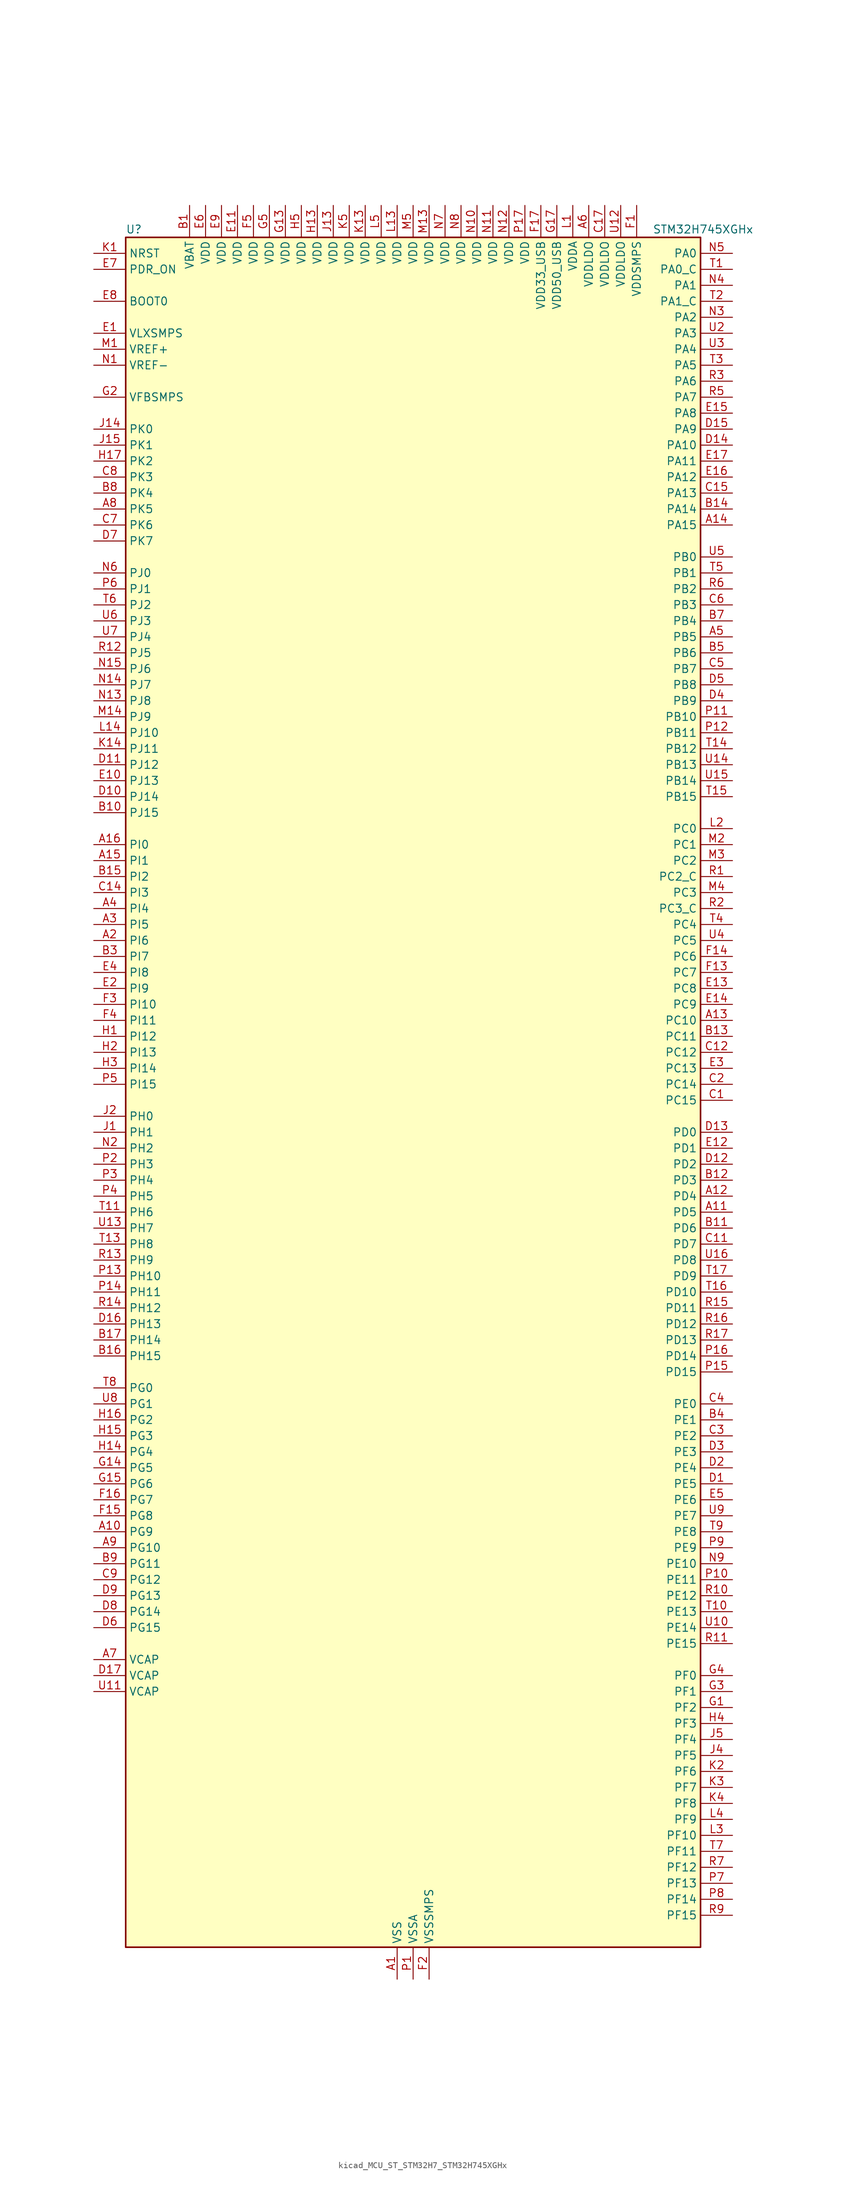
<source format=kicad_sym>
(kicad_symbol_lib
  (version 20220914)
  (generator kicad_symbol_editor)
  (symbol "kicad_MCU_ST_STM32H7_STM32H745XGHx"
    (property "Reference" "U"
      (at -45.72 138.43 0)
      (effects (font (size 1.27 1.27)) (justify left)))
    (property "Value" "STM32H745XGHx"
      (at 38.1 138.43 0)
      (effects (font (size 1.27 1.27)) (justify left)))
    (property "ki_locked" ""
      (at 0 0 0)
      (effects (font (size 1.27 1.27))))
    (symbol "kicad_MCU_ST_STM32H7_STM32H745XGHx_0_1"
      (rectangle (start -45.72 -134.62) (end 45.72 137.16) (stroke (width 0.254) (type default)) (fill (type background))))
    (symbol "kicad_MCU_ST_STM32H7_STM32H745XGHx_1_1"
      (pin power_in line (at -2.54 -139.7 90) (length 5.08) (name "VSS" (effects (font (size 1.27 1.27)))) (number "A1" (effects (font (size 1.27 1.27)))))
      (pin bidirectional line (at -50.8 -68.58 0) (length 5.08) (name "PG9" (effects (font (size 1.27 1.27)))) (number "A10" (effects (font (size 1.27 1.27)))) (alternate "DAC1_EXTI9" bidirectional line) (alternate "DCMI_VSYNC" bidirectional line) (alternate "FMC_NCE" bidirectional line) (alternate "FMC_NE2" bidirectional line) (alternate "I2S1_SDI" bidirectional line) (alternate "QUADSPI_BK2_IO2" bidirectional line) (alternate "SAI2_FS_B" bidirectional line) (alternate "SPDIFRX1_IN3" bidirectional line) (alternate "SPI1_MISO" bidirectional line) (alternate "USART6_RX" bidirectional line))
      (pin bidirectional line (at 50.8 -17.78 180) (length 5.08) (name "PD5" (effects (font (size 1.27 1.27)))) (number "A11" (effects (font (size 1.27 1.27)))) (alternate "FMC_NWE" bidirectional line) (alternate "HRTIM_EEV3" bidirectional line) (alternate "USART2_TX" bidirectional line))
      (pin bidirectional line (at 50.8 -15.24 180) (length 5.08) (name "PD4" (effects (font (size 1.27 1.27)))) (number "A12" (effects (font (size 1.27 1.27)))) (alternate "FMC_NOE" bidirectional line) (alternate "HRTIM_FLT3" bidirectional line) (alternate "SAI3_FS_A" bidirectional line) (alternate "USART2_DE" bidirectional line) (alternate "USART2_RTS" bidirectional line))
      (pin bidirectional line (at 50.8 12.7 180) (length 5.08) (name "PC10" (effects (font (size 1.27 1.27)))) (number "A13" (effects (font (size 1.27 1.27)))) (alternate "DCMI_D8" bidirectional line) (alternate "DFSDM1_CKIN5" bidirectional line) (alternate "HRTIM_EEV1" bidirectional line) (alternate "I2S3_CK" bidirectional line) (alternate "LTDC_R2" bidirectional line) (alternate "QUADSPI_BK1_IO1" bidirectional line) (alternate "SDMMC1_D2" bidirectional line) (alternate "SPI3_SCK" bidirectional line) (alternate "UART4_TX" bidirectional line) (alternate "USART3_TX" bidirectional line))
      (pin bidirectional line (at 50.8 91.44 180) (length 5.08) (name "PA15" (effects (font (size 1.27 1.27)))) (number "A14" (effects (font (size 1.27 1.27)))) (alternate "ADC1_EXTI15" bidirectional line) (alternate "ADC2_EXTI15" bidirectional line) (alternate "ADC3_EXTI15" bidirectional line) (alternate "CEC" bidirectional line) (alternate "DEBUG_JTDI" bidirectional line) (alternate "HRTIM_FLT1" bidirectional line) (alternate "I2S1_WS" bidirectional line) (alternate "I2S3_WS" bidirectional line) (alternate "SPI1_NSS" bidirectional line) (alternate "SPI3_NSS" bidirectional line) (alternate "SPI6_NSS" bidirectional line) (alternate "TIM2_CH1" bidirectional line) (alternate "TIM2_ETR" bidirectional line) (alternate "UART4_DE" bidirectional line) (alternate "UART4_RTS" bidirectional line) (alternate "UART7_TX" bidirectional line))
      (pin bidirectional line (at -50.8 38.1 0) (length 5.08) (name "PI1" (effects (font (size 1.27 1.27)))) (number "A15" (effects (font (size 1.27 1.27)))) (alternate "DCMI_D8" bidirectional line) (alternate "FMC_D25" bidirectional line) (alternate "I2S2_CK" bidirectional line) (alternate "LTDC_G6" bidirectional line) (alternate "SPI2_SCK" bidirectional line) (alternate "TIM8_BKIN2" bidirectional line) (alternate "TIM8_BKIN2_COMP1" bidirectional line) (alternate "TIM8_BKIN2_COMP2" bidirectional line))
      (pin bidirectional line (at -50.8 40.64 0) (length 5.08) (name "PI0" (effects (font (size 1.27 1.27)))) (number "A16" (effects (font (size 1.27 1.27)))) (alternate "DCMI_D13" bidirectional line) (alternate "FMC_D24" bidirectional line) (alternate "I2S2_WS" bidirectional line) (alternate "LTDC_G5" bidirectional line) (alternate "SPI2_NSS" bidirectional line) (alternate "TIM5_CH4" bidirectional line))
      (pin passive line (at -2.54 -139.7 90) (length 5.08) hide (name "VSS" (effects (font (size 1.27 1.27)))) (number "A17" (effects (font (size 1.27 1.27)))))
      (pin bidirectional line (at -50.8 25.4 0) (length 5.08) (name "PI6" (effects (font (size 1.27 1.27)))) (number "A2" (effects (font (size 1.27 1.27)))) (alternate "DCMI_D6" bidirectional line) (alternate "FMC_D28" bidirectional line) (alternate "LTDC_B6" bidirectional line) (alternate "SAI2_SD_A" bidirectional line) (alternate "TIM8_CH2" bidirectional line))
      (pin bidirectional line (at -50.8 27.94 0) (length 5.08) (name "PI5" (effects (font (size 1.27 1.27)))) (number "A3" (effects (font (size 1.27 1.27)))) (alternate "DCMI_VSYNC" bidirectional line) (alternate "FMC_NBL3" bidirectional line) (alternate "LTDC_B5" bidirectional line) (alternate "SAI2_SCK_A" bidirectional line) (alternate "TIM8_CH1" bidirectional line))
      (pin bidirectional line (at -50.8 30.48 0) (length 5.08) (name "PI4" (effects (font (size 1.27 1.27)))) (number "A4" (effects (font (size 1.27 1.27)))) (alternate "DCMI_D5" bidirectional line) (alternate "FMC_NBL2" bidirectional line) (alternate "LTDC_B4" bidirectional line) (alternate "SAI2_MCLK_A" bidirectional line) (alternate "TIM8_BKIN" bidirectional line) (alternate "TIM8_BKIN_COMP1" bidirectional line) (alternate "TIM8_BKIN_COMP2" bidirectional line))
      (pin bidirectional line (at 50.8 73.66 180) (length 5.08) (name "PB5" (effects (font (size 1.27 1.27)))) (number "A5" (effects (font (size 1.27 1.27)))) (alternate "DCMI_D10" bidirectional line) (alternate "ETH_PPS_OUT" bidirectional line) (alternate "FDCAN2_RX" bidirectional line) (alternate "FMC_SDCKE1" bidirectional line) (alternate "HRTIM_EEV7" bidirectional line) (alternate "I2C1_SMBA" bidirectional line) (alternate "I2C4_SMBA" bidirectional line) (alternate "I2S1_SDO" bidirectional line) (alternate "I2S3_SDO" bidirectional line) (alternate "SPI1_MOSI" bidirectional line) (alternate "SPI3_MOSI" bidirectional line) (alternate "SPI6_MOSI" bidirectional line) (alternate "TIM17_BKIN" bidirectional line) (alternate "TIM3_CH2" bidirectional line) (alternate "UART5_RX" bidirectional line) (alternate "USB_OTG_HS_ULPI_D7" bidirectional line))
      (pin power_in line (at 27.94 142.24 270) (length 5.08) (name "VDDLDO" (effects (font (size 1.27 1.27)))) (number "A6" (effects (font (size 1.27 1.27)))))
      (pin power_out line (at -50.8 -88.9 0) (length 5.08) (name "VCAP" (effects (font (size 1.27 1.27)))) (number "A7" (effects (font (size 1.27 1.27)))))
      (pin bidirectional line (at -50.8 93.98 0) (length 5.08) (name "PK5" (effects (font (size 1.27 1.27)))) (number "A8" (effects (font (size 1.27 1.27)))) (alternate "LTDC_B6" bidirectional line))
      (pin bidirectional line (at -50.8 -71.12 0) (length 5.08) (name "PG10" (effects (font (size 1.27 1.27)))) (number "A9" (effects (font (size 1.27 1.27)))) (alternate "DCMI_D2" bidirectional line) (alternate "FMC_NE3" bidirectional line) (alternate "HRTIM_FLT5" bidirectional line) (alternate "I2S1_WS" bidirectional line) (alternate "LTDC_B2" bidirectional line) (alternate "LTDC_G3" bidirectional line) (alternate "SAI2_SD_B" bidirectional line) (alternate "SPI1_NSS" bidirectional line))
      (pin power_in line (at -35.56 142.24 270) (length 5.08) (name "VBAT" (effects (font (size 1.27 1.27)))) (number "B1" (effects (font (size 1.27 1.27)))))
      (pin bidirectional line (at -50.8 45.72 0) (length 5.08) (name "PJ15" (effects (font (size 1.27 1.27)))) (number "B10" (effects (font (size 1.27 1.27)))) (alternate "ADC1_EXTI15" bidirectional line) (alternate "ADC2_EXTI15" bidirectional line) (alternate "ADC3_EXTI15" bidirectional line) (alternate "LTDC_B3" bidirectional line))
      (pin bidirectional line (at 50.8 -20.32 180) (length 5.08) (name "PD6" (effects (font (size 1.27 1.27)))) (number "B11" (effects (font (size 1.27 1.27)))) (alternate "DCMI_D10" bidirectional line) (alternate "DFSDM1_CKIN4" bidirectional line) (alternate "DFSDM1_DATIN1" bidirectional line) (alternate "FMC_NWAIT" bidirectional line) (alternate "I2S3_SDO" bidirectional line) (alternate "LTDC_B2" bidirectional line) (alternate "SAI1_D1" bidirectional line) (alternate "SAI1_SD_A" bidirectional line) (alternate "SAI4_D1" bidirectional line) (alternate "SAI4_SD_A" bidirectional line) (alternate "SDMMC2_CK" bidirectional line) (alternate "SPI3_MOSI" bidirectional line) (alternate "USART2_RX" bidirectional line))
      (pin bidirectional line (at 50.8 -12.7 180) (length 5.08) (name "PD3" (effects (font (size 1.27 1.27)))) (number "B12" (effects (font (size 1.27 1.27)))) (alternate "DCMI_D5" bidirectional line) (alternate "DFSDM1_CKOUT" bidirectional line) (alternate "FMC_CLK" bidirectional line) (alternate "I2S2_CK" bidirectional line) (alternate "LTDC_G7" bidirectional line) (alternate "SPI2_SCK" bidirectional line) (alternate "USART2_CTS" bidirectional line) (alternate "USART2_NSS" bidirectional line))
      (pin bidirectional line (at 50.8 10.16 180) (length 5.08) (name "PC11" (effects (font (size 1.27 1.27)))) (number "B13" (effects (font (size 1.27 1.27)))) (alternate "ADC1_EXTI11" bidirectional line) (alternate "ADC2_EXTI11" bidirectional line) (alternate "ADC3_EXTI11" bidirectional line) (alternate "DCMI_D4" bidirectional line) (alternate "DFSDM1_DATIN5" bidirectional line) (alternate "HRTIM_FLT2" bidirectional line) (alternate "I2S3_SDI" bidirectional line) (alternate "QUADSPI_BK2_NCS" bidirectional line) (alternate "SDMMC1_D3" bidirectional line) (alternate "SPI3_MISO" bidirectional line) (alternate "UART4_RX" bidirectional line) (alternate "USART3_RX" bidirectional line))
      (pin bidirectional line (at 50.8 93.98 180) (length 5.08) (name "PA14" (effects (font (size 1.27 1.27)))) (number "B14" (effects (font (size 1.27 1.27)))) (alternate "DEBUG_JTCK-SWCLK" bidirectional line))
      (pin bidirectional line (at -50.8 35.56 0) (length 5.08) (name "PI2" (effects (font (size 1.27 1.27)))) (number "B15" (effects (font (size 1.27 1.27)))) (alternate "DCMI_D9" bidirectional line) (alternate "FMC_D26" bidirectional line) (alternate "I2S2_SDI" bidirectional line) (alternate "LTDC_G7" bidirectional line) (alternate "SPI2_MISO" bidirectional line) (alternate "TIM8_CH4" bidirectional line))
      (pin bidirectional line (at -50.8 -40.64 0) (length 5.08) (name "PH15" (effects (font (size 1.27 1.27)))) (number "B16" (effects (font (size 1.27 1.27)))) (alternate "ADC1_EXTI15" bidirectional line) (alternate "ADC2_EXTI15" bidirectional line) (alternate "ADC3_EXTI15" bidirectional line) (alternate "DCMI_D11" bidirectional line) (alternate "FMC_D23" bidirectional line) (alternate "LTDC_G4" bidirectional line) (alternate "TIM8_CH3N" bidirectional line))
      (pin bidirectional line (at -50.8 -38.1 0) (length 5.08) (name "PH14" (effects (font (size 1.27 1.27)))) (number "B17" (effects (font (size 1.27 1.27)))) (alternate "DCMI_D4" bidirectional line) (alternate "FDCAN1_RX" bidirectional line) (alternate "FMC_D22" bidirectional line) (alternate "LTDC_G3" bidirectional line) (alternate "TIM8_CH2N" bidirectional line) (alternate "UART4_RX" bidirectional line))
      (pin passive line (at -2.54 -139.7 90) (length 5.08) hide (name "VSS" (effects (font (size 1.27 1.27)))) (number "B2" (effects (font (size 1.27 1.27)))))
      (pin bidirectional line (at -50.8 22.86 0) (length 5.08) (name "PI7" (effects (font (size 1.27 1.27)))) (number "B3" (effects (font (size 1.27 1.27)))) (alternate "DCMI_D7" bidirectional line) (alternate "FMC_D29" bidirectional line) (alternate "LTDC_B7" bidirectional line) (alternate "SAI2_FS_A" bidirectional line) (alternate "TIM8_CH3" bidirectional line))
      (pin bidirectional line (at 50.8 -50.8 180) (length 5.08) (name "PE1" (effects (font (size 1.27 1.27)))) (number "B4" (effects (font (size 1.27 1.27)))) (alternate "DCMI_D3" bidirectional line) (alternate "FMC_NBL1" bidirectional line) (alternate "HRTIM_SCOUT" bidirectional line) (alternate "LPTIM1_IN2" bidirectional line) (alternate "UART8_TX" bidirectional line))
      (pin bidirectional line (at 50.8 71.12 180) (length 5.08) (name "PB6" (effects (font (size 1.27 1.27)))) (number "B5" (effects (font (size 1.27 1.27)))) (alternate "CEC" bidirectional line) (alternate "DCMI_D5" bidirectional line) (alternate "DFSDM1_DATIN5" bidirectional line) (alternate "FDCAN2_TX" bidirectional line) (alternate "FMC_SDNE1" bidirectional line) (alternate "HRTIM_EEV8" bidirectional line) (alternate "I2C1_SCL" bidirectional line) (alternate "I2C4_SCL" bidirectional line) (alternate "LPUART1_TX" bidirectional line) (alternate "QUADSPI_BK1_NCS" bidirectional line) (alternate "TIM16_CH1N" bidirectional line) (alternate "TIM4_CH1" bidirectional line) (alternate "UART5_TX" bidirectional line) (alternate "USART1_TX" bidirectional line))
      (pin passive line (at -2.54 -139.7 90) (length 5.08) hide (name "VSS" (effects (font (size 1.27 1.27)))) (number "B6" (effects (font (size 1.27 1.27)))))
      (pin bidirectional line (at 50.8 76.2 180) (length 5.08) (name "PB4" (effects (font (size 1.27 1.27)))) (number "B7" (effects (font (size 1.27 1.27)))) (alternate "DEBUG_JTRST" bidirectional line) (alternate "HRTIM_EEV6" bidirectional line) (alternate "I2S1_SDI" bidirectional line) (alternate "I2S2_WS" bidirectional line) (alternate "I2S3_SDI" bidirectional line) (alternate "SDMMC2_D3" bidirectional line) (alternate "SPI1_MISO" bidirectional line) (alternate "SPI2_NSS" bidirectional line) (alternate "SPI3_MISO" bidirectional line) (alternate "SPI6_MISO" bidirectional line) (alternate "TIM16_BKIN" bidirectional line) (alternate "TIM3_CH1" bidirectional line) (alternate "UART7_TX" bidirectional line))
      (pin bidirectional line (at -50.8 96.52 0) (length 5.08) (name "PK4" (effects (font (size 1.27 1.27)))) (number "B8" (effects (font (size 1.27 1.27)))) (alternate "LTDC_B5" bidirectional line))
      (pin bidirectional line (at -50.8 -73.66 0) (length 5.08) (name "PG11" (effects (font (size 1.27 1.27)))) (number "B9" (effects (font (size 1.27 1.27)))) (alternate "ADC1_EXTI11" bidirectional line) (alternate "ADC2_EXTI11" bidirectional line) (alternate "ADC3_EXTI11" bidirectional line) (alternate "DCMI_D3" bidirectional line) (alternate "ETH_TX_EN" bidirectional line) (alternate "HRTIM_EEV4" bidirectional line) (alternate "I2S1_CK" bidirectional line) (alternate "LPTIM1_IN2" bidirectional line) (alternate "LTDC_B3" bidirectional line) (alternate "SDMMC2_D2" bidirectional line) (alternate "SPDIFRX1_IN0" bidirectional line) (alternate "SPI1_SCK" bidirectional line))
      (pin bidirectional line (at 50.8 0 180) (length 5.08) (name "PC15" (effects (font (size 1.27 1.27)))) (number "C1" (effects (font (size 1.27 1.27)))) (alternate "ADC1_EXTI15" bidirectional line) (alternate "ADC2_EXTI15" bidirectional line) (alternate "ADC3_EXTI15" bidirectional line) (alternate "RCC_OSC32_OUT" bidirectional line))
      (pin passive line (at -2.54 -139.7 90) (length 5.08) hide (name "VSS" (effects (font (size 1.27 1.27)))) (number "C10" (effects (font (size 1.27 1.27)))))
      (pin bidirectional line (at 50.8 -22.86 180) (length 5.08) (name "PD7" (effects (font (size 1.27 1.27)))) (number "C11" (effects (font (size 1.27 1.27)))) (alternate "DFSDM1_CKIN1" bidirectional line) (alternate "DFSDM1_DATIN4" bidirectional line) (alternate "FMC_NE1" bidirectional line) (alternate "I2S1_SDO" bidirectional line) (alternate "SDMMC2_CMD" bidirectional line) (alternate "SPDIFRX1_IN0" bidirectional line) (alternate "SPI1_MOSI" bidirectional line) (alternate "USART2_CK" bidirectional line))
      (pin bidirectional line (at 50.8 7.62 180) (length 5.08) (name "PC12" (effects (font (size 1.27 1.27)))) (number "C12" (effects (font (size 1.27 1.27)))) (alternate "DCMI_D9" bidirectional line) (alternate "DEBUG_TRACED3" bidirectional line) (alternate "HRTIM_EEV2" bidirectional line) (alternate "I2S3_SDO" bidirectional line) (alternate "SDMMC1_CK" bidirectional line) (alternate "SPI3_MOSI" bidirectional line) (alternate "UART5_TX" bidirectional line) (alternate "USART3_CK" bidirectional line))
      (pin passive line (at -2.54 -139.7 90) (length 5.08) hide (name "VSS" (effects (font (size 1.27 1.27)))) (number "C13" (effects (font (size 1.27 1.27)))))
      (pin bidirectional line (at -50.8 33.02 0) (length 5.08) (name "PI3" (effects (font (size 1.27 1.27)))) (number "C14" (effects (font (size 1.27 1.27)))) (alternate "DCMI_D10" bidirectional line) (alternate "FMC_D27" bidirectional line) (alternate "I2S2_SDO" bidirectional line) (alternate "SPI2_MOSI" bidirectional line) (alternate "TIM8_ETR" bidirectional line))
      (pin bidirectional line (at 50.8 96.52 180) (length 5.08) (name "PA13" (effects (font (size 1.27 1.27)))) (number "C15" (effects (font (size 1.27 1.27)))) (alternate "DEBUG_JTMS-SWDIO" bidirectional line))
      (pin passive line (at -2.54 -139.7 90) (length 5.08) hide (name "VSS" (effects (font (size 1.27 1.27)))) (number "C16" (effects (font (size 1.27 1.27)))))
      (pin power_in line (at 30.48 142.24 270) (length 5.08) (name "VDDLDO" (effects (font (size 1.27 1.27)))) (number "C17" (effects (font (size 1.27 1.27)))))
      (pin bidirectional line (at 50.8 2.54 180) (length 5.08) (name "PC14" (effects (font (size 1.27 1.27)))) (number "C2" (effects (font (size 1.27 1.27)))) (alternate "RCC_OSC32_IN" bidirectional line))
      (pin bidirectional line (at 50.8 -53.34 180) (length 5.08) (name "PE2" (effects (font (size 1.27 1.27)))) (number "C3" (effects (font (size 1.27 1.27)))) (alternate "DEBUG_TRACECLK" bidirectional line) (alternate "ETH_TXD3" bidirectional line) (alternate "FMC_A23" bidirectional line) (alternate "QUADSPI_BK1_IO2" bidirectional line) (alternate "SAI1_CK1" bidirectional line) (alternate "SAI1_MCLK_A" bidirectional line) (alternate "SAI4_CK1" bidirectional line) (alternate "SAI4_MCLK_A" bidirectional line) (alternate "SPI4_SCK" bidirectional line))
      (pin bidirectional line (at 50.8 -48.26 180) (length 5.08) (name "PE0" (effects (font (size 1.27 1.27)))) (number "C4" (effects (font (size 1.27 1.27)))) (alternate "DCMI_D2" bidirectional line) (alternate "FMC_NBL0" bidirectional line) (alternate "HRTIM_SCIN" bidirectional line) (alternate "LPTIM1_ETR" bidirectional line) (alternate "LPTIM2_ETR" bidirectional line) (alternate "SAI2_MCLK_A" bidirectional line) (alternate "TIM4_ETR" bidirectional line) (alternate "UART8_RX" bidirectional line))
      (pin bidirectional line (at 50.8 68.58 180) (length 5.08) (name "PB7" (effects (font (size 1.27 1.27)))) (number "C5" (effects (font (size 1.27 1.27)))) (alternate "DCMI_VSYNC" bidirectional line) (alternate "DFSDM1_CKIN5" bidirectional line) (alternate "FMC_NL" bidirectional line) (alternate "HRTIM_EEV9" bidirectional line) (alternate "I2C1_SDA" bidirectional line) (alternate "I2C4_SDA" bidirectional line) (alternate "LPUART1_RX" bidirectional line) (alternate "PWR_PVD_IN" bidirectional line) (alternate "TIM17_CH1N" bidirectional line) (alternate "TIM4_CH2" bidirectional line) (alternate "USART1_RX" bidirectional line))
      (pin bidirectional line (at 50.8 78.74 180) (length 5.08) (name "PB3" (effects (font (size 1.27 1.27)))) (number "C6" (effects (font (size 1.27 1.27)))) (alternate "CRS_SYNC" bidirectional line) (alternate "DEBUG_JTDO-SWO" bidirectional line) (alternate "HRTIM_FLT4" bidirectional line) (alternate "I2S1_CK" bidirectional line) (alternate "I2S3_CK" bidirectional line) (alternate "SDMMC2_D2" bidirectional line) (alternate "SPI1_SCK" bidirectional line) (alternate "SPI3_SCK" bidirectional line) (alternate "SPI6_SCK" bidirectional line) (alternate "TIM2_CH2" bidirectional line) (alternate "UART7_RX" bidirectional line))
      (pin bidirectional line (at -50.8 91.44 0) (length 5.08) (name "PK6" (effects (font (size 1.27 1.27)))) (number "C7" (effects (font (size 1.27 1.27)))) (alternate "LTDC_B7" bidirectional line))
      (pin bidirectional line (at -50.8 99.06 0) (length 5.08) (name "PK3" (effects (font (size 1.27 1.27)))) (number "C8" (effects (font (size 1.27 1.27)))) (alternate "LTDC_B4" bidirectional line))
      (pin bidirectional line (at -50.8 -76.2 0) (length 5.08) (name "PG12" (effects (font (size 1.27 1.27)))) (number "C9" (effects (font (size 1.27 1.27)))) (alternate "ETH_TXD1" bidirectional line) (alternate "FMC_NE4" bidirectional line) (alternate "HRTIM_EEV5" bidirectional line) (alternate "LPTIM1_IN1" bidirectional line) (alternate "LTDC_B1" bidirectional line) (alternate "LTDC_B4" bidirectional line) (alternate "SPDIFRX1_IN1" bidirectional line) (alternate "SPI6_MISO" bidirectional line) (alternate "USART6_DE" bidirectional line) (alternate "USART6_RTS" bidirectional line))
      (pin bidirectional line (at 50.8 -60.96 180) (length 5.08) (name "PE5" (effects (font (size 1.27 1.27)))) (number "D1" (effects (font (size 1.27 1.27)))) (alternate "DCMI_D6" bidirectional line) (alternate "DEBUG_TRACED2" bidirectional line) (alternate "DFSDM1_CKIN3" bidirectional line) (alternate "FMC_A21" bidirectional line) (alternate "LTDC_G0" bidirectional line) (alternate "SAI1_CK2" bidirectional line) (alternate "SAI1_SCK_A" bidirectional line) (alternate "SAI4_CK2" bidirectional line) (alternate "SAI4_SCK_A" bidirectional line) (alternate "SPI4_MISO" bidirectional line) (alternate "TIM15_CH1" bidirectional line))
      (pin bidirectional line (at -50.8 48.26 0) (length 5.08) (name "PJ14" (effects (font (size 1.27 1.27)))) (number "D10" (effects (font (size 1.27 1.27)))) (alternate "LTDC_B2" bidirectional line))
      (pin bidirectional line (at -50.8 53.34 0) (length 5.08) (name "PJ12" (effects (font (size 1.27 1.27)))) (number "D11" (effects (font (size 1.27 1.27)))) (alternate "DEBUG_TRGOUT" bidirectional line) (alternate "LTDC_B0" bidirectional line) (alternate "LTDC_G3" bidirectional line))
      (pin bidirectional line (at 50.8 -10.16 180) (length 5.08) (name "PD2" (effects (font (size 1.27 1.27)))) (number "D12" (effects (font (size 1.27 1.27)))) (alternate "DCMI_D11" bidirectional line) (alternate "DEBUG_TRACED2" bidirectional line) (alternate "SDMMC1_CMD" bidirectional line) (alternate "TIM3_ETR" bidirectional line) (alternate "UART5_RX" bidirectional line))
      (pin bidirectional line (at 50.8 -5.08 180) (length 5.08) (name "PD0" (effects (font (size 1.27 1.27)))) (number "D13" (effects (font (size 1.27 1.27)))) (alternate "DFSDM1_CKIN6" bidirectional line) (alternate "FDCAN1_RX" bidirectional line) (alternate "FMC_D2" bidirectional line) (alternate "FMC_DA2" bidirectional line) (alternate "SAI3_SCK_A" bidirectional line) (alternate "UART4_RX" bidirectional line))
      (pin bidirectional line (at 50.8 104.14 180) (length 5.08) (name "PA10" (effects (font (size 1.27 1.27)))) (number "D14" (effects (font (size 1.27 1.27)))) (alternate "DCMI_D1" bidirectional line) (alternate "HRTIM_CHC2" bidirectional line) (alternate "LPUART1_RX" bidirectional line) (alternate "LTDC_B1" bidirectional line) (alternate "LTDC_B4" bidirectional line) (alternate "MDIOS_MDIO" bidirectional line) (alternate "TIM1_CH3" bidirectional line) (alternate "USART1_RX" bidirectional line) (alternate "USB_OTG_FS_ID" bidirectional line))
      (pin bidirectional line (at 50.8 106.68 180) (length 5.08) (name "PA9" (effects (font (size 1.27 1.27)))) (number "D15" (effects (font (size 1.27 1.27)))) (alternate "DAC1_EXTI9" bidirectional line) (alternate "DCMI_D0" bidirectional line) (alternate "HRTIM_CHC1" bidirectional line) (alternate "I2C3_SMBA" bidirectional line) (alternate "I2S2_CK" bidirectional line) (alternate "LPUART1_TX" bidirectional line) (alternate "LTDC_R5" bidirectional line) (alternate "SPI2_SCK" bidirectional line) (alternate "TIM1_CH2" bidirectional line) (alternate "USART1_TX" bidirectional line) (alternate "USB_OTG_FS_VBUS" bidirectional line))
      (pin bidirectional line (at -50.8 -35.56 0) (length 5.08) (name "PH13" (effects (font (size 1.27 1.27)))) (number "D16" (effects (font (size 1.27 1.27)))) (alternate "FDCAN1_TX" bidirectional line) (alternate "FMC_D21" bidirectional line) (alternate "LTDC_G2" bidirectional line) (alternate "TIM8_CH1N" bidirectional line) (alternate "UART4_TX" bidirectional line))
      (pin power_out line (at -50.8 -91.44 0) (length 5.08) (name "VCAP" (effects (font (size 1.27 1.27)))) (number "D17" (effects (font (size 1.27 1.27)))))
      (pin bidirectional line (at 50.8 -58.42 180) (length 5.08) (name "PE4" (effects (font (size 1.27 1.27)))) (number "D2" (effects (font (size 1.27 1.27)))) (alternate "DCMI_D4" bidirectional line) (alternate "DEBUG_TRACED1" bidirectional line) (alternate "DFSDM1_DATIN3" bidirectional line) (alternate "FMC_A20" bidirectional line) (alternate "LTDC_B0" bidirectional line) (alternate "SAI1_D2" bidirectional line) (alternate "SAI1_FS_A" bidirectional line) (alternate "SAI4_D2" bidirectional line) (alternate "SAI4_FS_A" bidirectional line) (alternate "SPI4_NSS" bidirectional line) (alternate "TIM15_CH1N" bidirectional line))
      (pin bidirectional line (at 50.8 -55.88 180) (length 5.08) (name "PE3" (effects (font (size 1.27 1.27)))) (number "D3" (effects (font (size 1.27 1.27)))) (alternate "DEBUG_TRACED0" bidirectional line) (alternate "FMC_A19" bidirectional line) (alternate "SAI1_SD_B" bidirectional line) (alternate "SAI4_SD_B" bidirectional line) (alternate "TIM15_BKIN" bidirectional line))
      (pin bidirectional line (at 50.8 63.5 180) (length 5.08) (name "PB9" (effects (font (size 1.27 1.27)))) (number "D4" (effects (font (size 1.27 1.27)))) (alternate "DAC1_EXTI9" bidirectional line) (alternate "DCMI_D7" bidirectional line) (alternate "DFSDM1_DATIN7" bidirectional line) (alternate "FDCAN1_TX" bidirectional line) (alternate "I2C1_SDA" bidirectional line) (alternate "I2C4_SDA" bidirectional line) (alternate "I2C4_SMBA" bidirectional line) (alternate "I2S2_WS" bidirectional line) (alternate "LTDC_B7" bidirectional line) (alternate "SDMMC1_CDIR" bidirectional line) (alternate "SDMMC1_D5" bidirectional line) (alternate "SDMMC2_D5" bidirectional line) (alternate "SPI2_NSS" bidirectional line) (alternate "TIM17_CH1" bidirectional line) (alternate "TIM4_CH4" bidirectional line) (alternate "UART4_TX" bidirectional line))
      (pin bidirectional line (at 50.8 66.04 180) (length 5.08) (name "PB8" (effects (font (size 1.27 1.27)))) (number "D5" (effects (font (size 1.27 1.27)))) (alternate "DCMI_D6" bidirectional line) (alternate "DFSDM1_CKIN7" bidirectional line) (alternate "ETH_TXD3" bidirectional line) (alternate "FDCAN1_RX" bidirectional line) (alternate "I2C1_SCL" bidirectional line) (alternate "I2C4_SCL" bidirectional line) (alternate "LTDC_B6" bidirectional line) (alternate "SDMMC1_CKIN" bidirectional line) (alternate "SDMMC1_D4" bidirectional line) (alternate "SDMMC2_D4" bidirectional line) (alternate "TIM16_CH1" bidirectional line) (alternate "TIM4_CH3" bidirectional line) (alternate "UART4_RX" bidirectional line))
      (pin bidirectional line (at -50.8 -83.82 0) (length 5.08) (name "PG15" (effects (font (size 1.27 1.27)))) (number "D6" (effects (font (size 1.27 1.27)))) (alternate "ADC1_EXTI15" bidirectional line) (alternate "ADC2_EXTI15" bidirectional line) (alternate "ADC3_EXTI15" bidirectional line) (alternate "DCMI_D13" bidirectional line) (alternate "FMC_SDNCAS" bidirectional line) (alternate "USART6_CTS" bidirectional line) (alternate "USART6_NSS" bidirectional line))
      (pin bidirectional line (at -50.8 88.9 0) (length 5.08) (name "PK7" (effects (font (size 1.27 1.27)))) (number "D7" (effects (font (size 1.27 1.27)))) (alternate "LTDC_DE" bidirectional line))
      (pin bidirectional line (at -50.8 -81.28 0) (length 5.08) (name "PG14" (effects (font (size 1.27 1.27)))) (number "D8" (effects (font (size 1.27 1.27)))) (alternate "DEBUG_TRACED1" bidirectional line) (alternate "ETH_TXD1" bidirectional line) (alternate "FMC_A25" bidirectional line) (alternate "LPTIM1_ETR" bidirectional line) (alternate "LTDC_B0" bidirectional line) (alternate "QUADSPI_BK2_IO3" bidirectional line) (alternate "SPI6_MOSI" bidirectional line) (alternate "USART6_TX" bidirectional line))
      (pin bidirectional line (at -50.8 -78.74 0) (length 5.08) (name "PG13" (effects (font (size 1.27 1.27)))) (number "D9" (effects (font (size 1.27 1.27)))) (alternate "DEBUG_TRACED0" bidirectional line) (alternate "ETH_TXD0" bidirectional line) (alternate "FMC_A24" bidirectional line) (alternate "HRTIM_EEV10" bidirectional line) (alternate "LPTIM1_OUT" bidirectional line) (alternate "LTDC_R0" bidirectional line) (alternate "SPI6_SCK" bidirectional line) (alternate "USART6_CTS" bidirectional line) (alternate "USART6_NSS" bidirectional line))
      (pin power_in line (at -50.8 121.92 0) (length 5.08) (name "VLXSMPS" (effects (font (size 1.27 1.27)))) (number "E1" (effects (font (size 1.27 1.27)))))
      (pin bidirectional line (at -50.8 50.8 0) (length 5.08) (name "PJ13" (effects (font (size 1.27 1.27)))) (number "E10" (effects (font (size 1.27 1.27)))) (alternate "LTDC_B1" bidirectional line) (alternate "LTDC_B4" bidirectional line))
      (pin power_in line (at -27.94 142.24 270) (length 5.08) (name "VDD" (effects (font (size 1.27 1.27)))) (number "E11" (effects (font (size 1.27 1.27)))))
      (pin bidirectional line (at 50.8 -7.62 180) (length 5.08) (name "PD1" (effects (font (size 1.27 1.27)))) (number "E12" (effects (font (size 1.27 1.27)))) (alternate "DFSDM1_DATIN6" bidirectional line) (alternate "FDCAN1_TX" bidirectional line) (alternate "FMC_D3" bidirectional line) (alternate "FMC_DA3" bidirectional line) (alternate "SAI3_SD_A" bidirectional line) (alternate "UART4_TX" bidirectional line))
      (pin bidirectional line (at 50.8 17.78 180) (length 5.08) (name "PC8" (effects (font (size 1.27 1.27)))) (number "E13" (effects (font (size 1.27 1.27)))) (alternate "DCMI_D2" bidirectional line) (alternate "DEBUG_TRACED1" bidirectional line) (alternate "FMC_NCE" bidirectional line) (alternate "FMC_NE2" bidirectional line) (alternate "HRTIM_CHB1" bidirectional line) (alternate "SDMMC1_D0" bidirectional line) (alternate "SWPMI1_RX" bidirectional line) (alternate "TIM3_CH3" bidirectional line) (alternate "TIM8_CH3" bidirectional line) (alternate "UART5_DE" bidirectional line) (alternate "UART5_RTS" bidirectional line) (alternate "USART6_CK" bidirectional line))
      (pin bidirectional line (at 50.8 15.24 180) (length 5.08) (name "PC9" (effects (font (size 1.27 1.27)))) (number "E14" (effects (font (size 1.27 1.27)))) (alternate "DAC1_EXTI9" bidirectional line) (alternate "DCMI_D3" bidirectional line) (alternate "I2C3_SDA" bidirectional line) (alternate "I2S_CKIN" bidirectional line) (alternate "LTDC_B2" bidirectional line) (alternate "LTDC_G3" bidirectional line) (alternate "QUADSPI_BK1_IO0" bidirectional line) (alternate "RCC_MCO_2" bidirectional line) (alternate "SDMMC1_D1" bidirectional line) (alternate "SWPMI1_SUSPEND" bidirectional line) (alternate "TIM3_CH4" bidirectional line) (alternate "TIM8_CH4" bidirectional line) (alternate "UART5_CTS" bidirectional line))
      (pin bidirectional line (at 50.8 109.22 180) (length 5.08) (name "PA8" (effects (font (size 1.27 1.27)))) (number "E15" (effects (font (size 1.27 1.27)))) (alternate "HRTIM_CHB2" bidirectional line) (alternate "I2C3_SCL" bidirectional line) (alternate "LTDC_B3" bidirectional line) (alternate "LTDC_R6" bidirectional line) (alternate "RCC_MCO_1" bidirectional line) (alternate "TIM1_CH1" bidirectional line) (alternate "TIM8_BKIN2" bidirectional line) (alternate "TIM8_BKIN2_COMP1" bidirectional line) (alternate "TIM8_BKIN2_COMP2" bidirectional line) (alternate "UART7_RX" bidirectional line) (alternate "USART1_CK" bidirectional line) (alternate "USB_OTG_FS_SOF" bidirectional line))
      (pin bidirectional line (at 50.8 99.06 180) (length 5.08) (name "PA12" (effects (font (size 1.27 1.27)))) (number "E16" (effects (font (size 1.27 1.27)))) (alternate "FDCAN1_TX" bidirectional line) (alternate "HRTIM_CHD2" bidirectional line) (alternate "I2S2_CK" bidirectional line) (alternate "LPUART1_DE" bidirectional line) (alternate "LPUART1_RTS" bidirectional line) (alternate "LTDC_R5" bidirectional line) (alternate "SAI2_FS_B" bidirectional line) (alternate "SPI2_SCK" bidirectional line) (alternate "TIM1_ETR" bidirectional line) (alternate "UART4_TX" bidirectional line) (alternate "USART1_DE" bidirectional line) (alternate "USART1_RTS" bidirectional line) (alternate "USB_OTG_FS_DP" bidirectional line))
      (pin bidirectional line (at 50.8 101.6 180) (length 5.08) (name "PA11" (effects (font (size 1.27 1.27)))) (number "E17" (effects (font (size 1.27 1.27)))) (alternate "ADC1_EXTI11" bidirectional line) (alternate "ADC2_EXTI11" bidirectional line) (alternate "ADC3_EXTI11" bidirectional line) (alternate "FDCAN1_RX" bidirectional line) (alternate "HRTIM_CHD1" bidirectional line) (alternate "I2S2_WS" bidirectional line) (alternate "LPUART1_CTS" bidirectional line) (alternate "LTDC_R4" bidirectional line) (alternate "SPI2_NSS" bidirectional line) (alternate "TIM1_CH4" bidirectional line) (alternate "UART4_RX" bidirectional line) (alternate "USART1_CTS" bidirectional line) (alternate "USART1_NSS" bidirectional line) (alternate "USB_OTG_FS_DM" bidirectional line))
      (pin bidirectional line (at -50.8 17.78 0) (length 5.08) (name "PI9" (effects (font (size 1.27 1.27)))) (number "E2" (effects (font (size 1.27 1.27)))) (alternate "DAC1_EXTI9" bidirectional line) (alternate "FDCAN1_RX" bidirectional line) (alternate "FMC_D30" bidirectional line) (alternate "LTDC_VSYNC" bidirectional line) (alternate "UART4_RX" bidirectional line))
      (pin bidirectional line (at 50.8 5.08 180) (length 5.08) (name "PC13" (effects (font (size 1.27 1.27)))) (number "E3" (effects (font (size 1.27 1.27)))) (alternate "PWR_WKUP2" bidirectional line) (alternate "RTC_OUT_ALARM" bidirectional line) (alternate "RTC_OUT_CALIB" bidirectional line) (alternate "RTC_TAMP1" bidirectional line) (alternate "RTC_TS" bidirectional line))
      (pin bidirectional line (at -50.8 20.32 0) (length 5.08) (name "PI8" (effects (font (size 1.27 1.27)))) (number "E4" (effects (font (size 1.27 1.27)))) (alternate "PWR_WKUP3" bidirectional line) (alternate "RTC_TAMP2" bidirectional line))
      (pin bidirectional line (at 50.8 -63.5 180) (length 5.08) (name "PE6" (effects (font (size 1.27 1.27)))) (number "E5" (effects (font (size 1.27 1.27)))) (alternate "DCMI_D7" bidirectional line) (alternate "DEBUG_TRACED3" bidirectional line) (alternate "FMC_A22" bidirectional line) (alternate "LTDC_G1" bidirectional line) (alternate "SAI1_D1" bidirectional line) (alternate "SAI1_SD_A" bidirectional line) (alternate "SAI2_MCLK_B" bidirectional line) (alternate "SAI4_D1" bidirectional line) (alternate "SAI4_SD_A" bidirectional line) (alternate "SPI4_MOSI" bidirectional line) (alternate "TIM15_CH2" bidirectional line) (alternate "TIM1_BKIN2" bidirectional line) (alternate "TIM1_BKIN2_COMP1" bidirectional line) (alternate "TIM1_BKIN2_COMP2" bidirectional line))
      (pin power_in line (at -33.02 142.24 270) (length 5.08) (name "VDD" (effects (font (size 1.27 1.27)))) (number "E6" (effects (font (size 1.27 1.27)))))
      (pin input line (at -50.8 132.08 0) (length 5.08) (name "PDR_ON" (effects (font (size 1.27 1.27)))) (number "E7" (effects (font (size 1.27 1.27)))))
      (pin input line (at -50.8 127 0) (length 5.08) (name "BOOT0" (effects (font (size 1.27 1.27)))) (number "E8" (effects (font (size 1.27 1.27)))))
      (pin power_in line (at -30.48 142.24 270) (length 5.08) (name "VDD" (effects (font (size 1.27 1.27)))) (number "E9" (effects (font (size 1.27 1.27)))))
      (pin power_in line (at 35.56 142.24 270) (length 5.08) (name "VDDSMPS" (effects (font (size 1.27 1.27)))) (number "F1" (effects (font (size 1.27 1.27)))))
      (pin bidirectional line (at 50.8 20.32 180) (length 5.08) (name "PC7" (effects (font (size 1.27 1.27)))) (number "F13" (effects (font (size 1.27 1.27)))) (alternate "DCMI_D1" bidirectional line) (alternate "DEBUG_TRGIO" bidirectional line) (alternate "DFSDM1_DATIN3" bidirectional line) (alternate "FMC_NE1" bidirectional line) (alternate "HRTIM_CHA2" bidirectional line) (alternate "I2S3_MCK" bidirectional line) (alternate "LTDC_G6" bidirectional line) (alternate "SDMMC1_D123DIR" bidirectional line) (alternate "SDMMC1_D7" bidirectional line) (alternate "SDMMC2_D7" bidirectional line) (alternate "SWPMI1_TX" bidirectional line) (alternate "TIM3_CH2" bidirectional line) (alternate "TIM8_CH2" bidirectional line) (alternate "USART6_RX" bidirectional line))
      (pin bidirectional line (at 50.8 22.86 180) (length 5.08) (name "PC6" (effects (font (size 1.27 1.27)))) (number "F14" (effects (font (size 1.27 1.27)))) (alternate "DCMI_D0" bidirectional line) (alternate "DFSDM1_CKIN3" bidirectional line) (alternate "FMC_NWAIT" bidirectional line) (alternate "HRTIM_CHA1" bidirectional line) (alternate "I2S2_MCK" bidirectional line) (alternate "LTDC_HSYNC" bidirectional line) (alternate "SDMMC1_D0DIR" bidirectional line) (alternate "SDMMC1_D6" bidirectional line) (alternate "SDMMC2_D6" bidirectional line) (alternate "SWPMI1_IO" bidirectional line) (alternate "TIM3_CH1" bidirectional line) (alternate "TIM8_CH1" bidirectional line) (alternate "USART6_TX" bidirectional line))
      (pin bidirectional line (at -50.8 -66.04 0) (length 5.08) (name "PG8" (effects (font (size 1.27 1.27)))) (number "F15" (effects (font (size 1.27 1.27)))) (alternate "ETH_PPS_OUT" bidirectional line) (alternate "FMC_SDCLK" bidirectional line) (alternate "LTDC_G7" bidirectional line) (alternate "SPDIFRX1_IN2" bidirectional line) (alternate "SPI6_NSS" bidirectional line) (alternate "TIM8_ETR" bidirectional line) (alternate "USART6_DE" bidirectional line) (alternate "USART6_RTS" bidirectional line))
      (pin bidirectional line (at -50.8 -63.5 0) (length 5.08) (name "PG7" (effects (font (size 1.27 1.27)))) (number "F16" (effects (font (size 1.27 1.27)))) (alternate "DCMI_D13" bidirectional line) (alternate "FMC_INT" bidirectional line) (alternate "HRTIM_CHE2" bidirectional line) (alternate "LTDC_CLK" bidirectional line) (alternate "SAI1_MCLK_A" bidirectional line) (alternate "USART6_CK" bidirectional line))
      (pin power_in line (at 20.32 142.24 270) (length 5.08) (name "VDD33_USB" (effects (font (size 1.27 1.27)))) (number "F17" (effects (font (size 1.27 1.27)))))
      (pin power_in line (at 2.54 -139.7 90) (length 5.08) (name "VSSSMPS" (effects (font (size 1.27 1.27)))) (number "F2" (effects (font (size 1.27 1.27)))))
      (pin bidirectional line (at -50.8 15.24 0) (length 5.08) (name "PI10" (effects (font (size 1.27 1.27)))) (number "F3" (effects (font (size 1.27 1.27)))) (alternate "ETH_RX_ER" bidirectional line) (alternate "FMC_D31" bidirectional line) (alternate "LTDC_HSYNC" bidirectional line))
      (pin bidirectional line (at -50.8 12.7 0) (length 5.08) (name "PI11" (effects (font (size 1.27 1.27)))) (number "F4" (effects (font (size 1.27 1.27)))) (alternate "ADC1_EXTI11" bidirectional line) (alternate "ADC2_EXTI11" bidirectional line) (alternate "ADC3_EXTI11" bidirectional line) (alternate "LTDC_G6" bidirectional line) (alternate "PWR_WKUP4" bidirectional line) (alternate "USB_OTG_HS_ULPI_DIR" bidirectional line))
      (pin power_in line (at -25.4 142.24 270) (length 5.08) (name "VDD" (effects (font (size 1.27 1.27)))) (number "F5" (effects (font (size 1.27 1.27)))))
      (pin bidirectional line (at 50.8 -96.52 180) (length 5.08) (name "PF2" (effects (font (size 1.27 1.27)))) (number "G1" (effects (font (size 1.27 1.27)))) (alternate "FMC_A2" bidirectional line) (alternate "I2C2_SMBA" bidirectional line))
      (pin passive line (at -2.54 -139.7 90) (length 5.08) hide (name "VSS" (effects (font (size 1.27 1.27)))) (number "G10" (effects (font (size 1.27 1.27)))))
      (pin passive line (at -2.54 -139.7 90) (length 5.08) hide (name "VSS" (effects (font (size 1.27 1.27)))) (number "G11" (effects (font (size 1.27 1.27)))))
      (pin power_in line (at -20.32 142.24 270) (length 5.08) (name "VDD" (effects (font (size 1.27 1.27)))) (number "G13" (effects (font (size 1.27 1.27)))))
      (pin bidirectional line (at -50.8 -58.42 0) (length 5.08) (name "PG5" (effects (font (size 1.27 1.27)))) (number "G14" (effects (font (size 1.27 1.27)))) (alternate "FMC_A15" bidirectional line) (alternate "FMC_BA1" bidirectional line) (alternate "TIM1_ETR" bidirectional line))
      (pin bidirectional line (at -50.8 -60.96 0) (length 5.08) (name "PG6" (effects (font (size 1.27 1.27)))) (number "G15" (effects (font (size 1.27 1.27)))) (alternate "DCMI_D12" bidirectional line) (alternate "FMC_NE3" bidirectional line) (alternate "HRTIM_CHE1" bidirectional line) (alternate "LTDC_R7" bidirectional line) (alternate "QUADSPI_BK1_NCS" bidirectional line) (alternate "TIM17_BKIN" bidirectional line))
      (pin passive line (at -2.54 -139.7 90) (length 5.08) hide (name "VSS" (effects (font (size 1.27 1.27)))) (number "G16" (effects (font (size 1.27 1.27)))))
      (pin power_in line (at 22.86 142.24 270) (length 5.08) (name "VDD50_USB" (effects (font (size 1.27 1.27)))) (number "G17" (effects (font (size 1.27 1.27)))))
      (pin input line (at -50.8 111.76 0) (length 5.08) (name "VFBSMPS" (effects (font (size 1.27 1.27)))) (number "G2" (effects (font (size 1.27 1.27)))))
      (pin bidirectional line (at 50.8 -93.98 180) (length 5.08) (name "PF1" (effects (font (size 1.27 1.27)))) (number "G3" (effects (font (size 1.27 1.27)))) (alternate "FMC_A1" bidirectional line) (alternate "I2C2_SCL" bidirectional line))
      (pin bidirectional line (at 50.8 -91.44 180) (length 5.08) (name "PF0" (effects (font (size 1.27 1.27)))) (number "G4" (effects (font (size 1.27 1.27)))) (alternate "FMC_A0" bidirectional line) (alternate "I2C2_SDA" bidirectional line))
      (pin power_in line (at -22.86 142.24 270) (length 5.08) (name "VDD" (effects (font (size 1.27 1.27)))) (number "G5" (effects (font (size 1.27 1.27)))))
      (pin passive line (at -2.54 -139.7 90) (length 5.08) hide (name "VSS" (effects (font (size 1.27 1.27)))) (number "G7" (effects (font (size 1.27 1.27)))))
      (pin passive line (at -2.54 -139.7 90) (length 5.08) hide (name "VSS" (effects (font (size 1.27 1.27)))) (number "G8" (effects (font (size 1.27 1.27)))))
      (pin passive line (at -2.54 -139.7 90) (length 5.08) hide (name "VSS" (effects (font (size 1.27 1.27)))) (number "G9" (effects (font (size 1.27 1.27)))))
      (pin bidirectional line (at -50.8 10.16 0) (length 5.08) (name "PI12" (effects (font (size 1.27 1.27)))) (number "H1" (effects (font (size 1.27 1.27)))) (alternate "LTDC_HSYNC" bidirectional line))
      (pin passive line (at -2.54 -139.7 90) (length 5.08) hide (name "VSS" (effects (font (size 1.27 1.27)))) (number "H10" (effects (font (size 1.27 1.27)))))
      (pin passive line (at -2.54 -139.7 90) (length 5.08) hide (name "VSS" (effects (font (size 1.27 1.27)))) (number "H11" (effects (font (size 1.27 1.27)))))
      (pin power_in line (at -15.24 142.24 270) (length 5.08) (name "VDD" (effects (font (size 1.27 1.27)))) (number "H13" (effects (font (size 1.27 1.27)))))
      (pin bidirectional line (at -50.8 -55.88 0) (length 5.08) (name "PG4" (effects (font (size 1.27 1.27)))) (number "H14" (effects (font (size 1.27 1.27)))) (alternate "FMC_A14" bidirectional line) (alternate "FMC_BA0" bidirectional line) (alternate "TIM1_BKIN2" bidirectional line) (alternate "TIM1_BKIN2_COMP1" bidirectional line) (alternate "TIM1_BKIN2_COMP2" bidirectional line))
      (pin bidirectional line (at -50.8 -53.34 0) (length 5.08) (name "PG3" (effects (font (size 1.27 1.27)))) (number "H15" (effects (font (size 1.27 1.27)))) (alternate "FMC_A13" bidirectional line) (alternate "TIM8_BKIN2" bidirectional line) (alternate "TIM8_BKIN2_COMP1" bidirectional line) (alternate "TIM8_BKIN2_COMP2" bidirectional line))
      (pin bidirectional line (at -50.8 -50.8 0) (length 5.08) (name "PG2" (effects (font (size 1.27 1.27)))) (number "H16" (effects (font (size 1.27 1.27)))) (alternate "FMC_A12" bidirectional line) (alternate "TIM8_BKIN" bidirectional line) (alternate "TIM8_BKIN_COMP1" bidirectional line) (alternate "TIM8_BKIN_COMP2" bidirectional line))
      (pin bidirectional line (at -50.8 101.6 0) (length 5.08) (name "PK2" (effects (font (size 1.27 1.27)))) (number "H17" (effects (font (size 1.27 1.27)))) (alternate "LTDC_G7" bidirectional line) (alternate "TIM1_BKIN" bidirectional line) (alternate "TIM1_BKIN_COMP1" bidirectional line) (alternate "TIM1_BKIN_COMP2" bidirectional line) (alternate "TIM8_BKIN" bidirectional line) (alternate "TIM8_BKIN_COMP1" bidirectional line) (alternate "TIM8_BKIN_COMP2" bidirectional line))
      (pin bidirectional line (at -50.8 7.62 0) (length 5.08) (name "PI13" (effects (font (size 1.27 1.27)))) (number "H2" (effects (font (size 1.27 1.27)))) (alternate "LTDC_VSYNC" bidirectional line))
      (pin bidirectional line (at -50.8 5.08 0) (length 5.08) (name "PI14" (effects (font (size 1.27 1.27)))) (number "H3" (effects (font (size 1.27 1.27)))) (alternate "LTDC_CLK" bidirectional line))
      (pin bidirectional line (at 50.8 -99.06 180) (length 5.08) (name "PF3" (effects (font (size 1.27 1.27)))) (number "H4" (effects (font (size 1.27 1.27)))) (alternate "ADC3_INP5" bidirectional line) (alternate "FMC_A3" bidirectional line))
      (pin power_in line (at -17.78 142.24 270) (length 5.08) (name "VDD" (effects (font (size 1.27 1.27)))) (number "H5" (effects (font (size 1.27 1.27)))))
      (pin passive line (at -2.54 -139.7 90) (length 5.08) hide (name "VSS" (effects (font (size 1.27 1.27)))) (number "H7" (effects (font (size 1.27 1.27)))))
      (pin passive line (at -2.54 -139.7 90) (length 5.08) hide (name "VSS" (effects (font (size 1.27 1.27)))) (number "H8" (effects (font (size 1.27 1.27)))))
      (pin passive line (at -2.54 -139.7 90) (length 5.08) hide (name "VSS" (effects (font (size 1.27 1.27)))) (number "H9" (effects (font (size 1.27 1.27)))))
      (pin bidirectional line (at -50.8 -5.08 0) (length 5.08) (name "PH1" (effects (font (size 1.27 1.27)))) (number "J1" (effects (font (size 1.27 1.27)))) (alternate "RCC_OSC_OUT" bidirectional line))
      (pin passive line (at -2.54 -139.7 90) (length 5.08) hide (name "VSS" (effects (font (size 1.27 1.27)))) (number "J10" (effects (font (size 1.27 1.27)))))
      (pin passive line (at -2.54 -139.7 90) (length 5.08) hide (name "VSS" (effects (font (size 1.27 1.27)))) (number "J11" (effects (font (size 1.27 1.27)))))
      (pin power_in line (at -12.7 142.24 270) (length 5.08) (name "VDD" (effects (font (size 1.27 1.27)))) (number "J13" (effects (font (size 1.27 1.27)))))
      (pin bidirectional line (at -50.8 106.68 0) (length 5.08) (name "PK0" (effects (font (size 1.27 1.27)))) (number "J14" (effects (font (size 1.27 1.27)))) (alternate "LTDC_G5" bidirectional line) (alternate "SPI5_SCK" bidirectional line) (alternate "TIM1_CH1N" bidirectional line) (alternate "TIM8_CH3" bidirectional line))
      (pin bidirectional line (at -50.8 104.14 0) (length 5.08) (name "PK1" (effects (font (size 1.27 1.27)))) (number "J15" (effects (font (size 1.27 1.27)))) (alternate "LTDC_G6" bidirectional line) (alternate "SPI5_NSS" bidirectional line) (alternate "TIM1_CH1" bidirectional line) (alternate "TIM8_CH3N" bidirectional line))
      (pin passive line (at -2.54 -139.7 90) (length 5.08) hide (name "VSS" (effects (font (size 1.27 1.27)))) (number "J16" (effects (font (size 1.27 1.27)))))
      (pin passive line (at -2.54 -139.7 90) (length 5.08) hide (name "VSS" (effects (font (size 1.27 1.27)))) (number "J17" (effects (font (size 1.27 1.27)))))
      (pin bidirectional line (at -50.8 -2.54 0) (length 5.08) (name "PH0" (effects (font (size 1.27 1.27)))) (number "J2" (effects (font (size 1.27 1.27)))) (alternate "RCC_OSC_IN" bidirectional line))
      (pin passive line (at -2.54 -139.7 90) (length 5.08) hide (name "VSS" (effects (font (size 1.27 1.27)))) (number "J3" (effects (font (size 1.27 1.27)))))
      (pin bidirectional line (at 50.8 -104.14 180) (length 5.08) (name "PF5" (effects (font (size 1.27 1.27)))) (number "J4" (effects (font (size 1.27 1.27)))) (alternate "ADC3_INP4" bidirectional line) (alternate "FMC_A5" bidirectional line))
      (pin bidirectional line (at 50.8 -101.6 180) (length 5.08) (name "PF4" (effects (font (size 1.27 1.27)))) (number "J5" (effects (font (size 1.27 1.27)))) (alternate "ADC3_INN5" bidirectional line) (alternate "ADC3_INP9" bidirectional line) (alternate "FMC_A4" bidirectional line))
      (pin passive line (at -2.54 -139.7 90) (length 5.08) hide (name "VSS" (effects (font (size 1.27 1.27)))) (number "J7" (effects (font (size 1.27 1.27)))))
      (pin passive line (at -2.54 -139.7 90) (length 5.08) hide (name "VSS" (effects (font (size 1.27 1.27)))) (number "J8" (effects (font (size 1.27 1.27)))))
      (pin passive line (at -2.54 -139.7 90) (length 5.08) hide (name "VSS" (effects (font (size 1.27 1.27)))) (number "J9" (effects (font (size 1.27 1.27)))))
      (pin input line (at -50.8 134.62 0) (length 5.08) (name "NRST" (effects (font (size 1.27 1.27)))) (number "K1" (effects (font (size 1.27 1.27)))))
      (pin passive line (at -2.54 -139.7 90) (length 5.08) hide (name "VSS" (effects (font (size 1.27 1.27)))) (number "K10" (effects (font (size 1.27 1.27)))))
      (pin passive line (at -2.54 -139.7 90) (length 5.08) hide (name "VSS" (effects (font (size 1.27 1.27)))) (number "K11" (effects (font (size 1.27 1.27)))))
      (pin power_in line (at -7.62 142.24 270) (length 5.08) (name "VDD" (effects (font (size 1.27 1.27)))) (number "K13" (effects (font (size 1.27 1.27)))))
      (pin bidirectional line (at -50.8 55.88 0) (length 5.08) (name "PJ11" (effects (font (size 1.27 1.27)))) (number "K14" (effects (font (size 1.27 1.27)))) (alternate "ADC1_EXTI11" bidirectional line) (alternate "ADC2_EXTI11" bidirectional line) (alternate "ADC3_EXTI11" bidirectional line) (alternate "LTDC_G4" bidirectional line) (alternate "SPI5_MISO" bidirectional line) (alternate "TIM1_CH2" bidirectional line) (alternate "TIM8_CH2N" bidirectional line))
      (pin passive line (at -2.54 -139.7 90) (length 5.08) hide (name "VSS" (effects (font (size 1.27 1.27)))) (number "K15" (effects (font (size 1.27 1.27)))))
      (pin no_connect line (at -45.72 -134.62 0) (length 5.08) hide (name "NC" (effects (font (size 1.27 1.27)))) (number "K16" (effects (font (size 1.27 1.27)))))
      (pin no_connect line (at -45.72 -132.08 0) (length 5.08) hide (name "NC" (effects (font (size 1.27 1.27)))) (number "K17" (effects (font (size 1.27 1.27)))))
      (pin bidirectional line (at 50.8 -106.68 180) (length 5.08) (name "PF6" (effects (font (size 1.27 1.27)))) (number "K2" (effects (font (size 1.27 1.27)))) (alternate "ADC3_INN4" bidirectional line) (alternate "ADC3_INP8" bidirectional line) (alternate "QUADSPI_BK1_IO3" bidirectional line) (alternate "SAI1_SD_B" bidirectional line) (alternate "SAI4_SD_B" bidirectional line) (alternate "SPI5_NSS" bidirectional line) (alternate "TIM16_CH1" bidirectional line) (alternate "UART7_RX" bidirectional line))
      (pin bidirectional line (at 50.8 -109.22 180) (length 5.08) (name "PF7" (effects (font (size 1.27 1.27)))) (number "K3" (effects (font (size 1.27 1.27)))) (alternate "ADC3_INP3" bidirectional line) (alternate "QUADSPI_BK1_IO2" bidirectional line) (alternate "SAI1_MCLK_B" bidirectional line) (alternate "SAI4_MCLK_B" bidirectional line) (alternate "SPI5_SCK" bidirectional line) (alternate "TIM17_CH1" bidirectional line) (alternate "UART7_TX" bidirectional line))
      (pin bidirectional line (at 50.8 -111.76 180) (length 5.08) (name "PF8" (effects (font (size 1.27 1.27)))) (number "K4" (effects (font (size 1.27 1.27)))) (alternate "ADC3_INN3" bidirectional line) (alternate "ADC3_INP7" bidirectional line) (alternate "QUADSPI_BK1_IO0" bidirectional line) (alternate "SAI1_SCK_B" bidirectional line) (alternate "SAI4_SCK_B" bidirectional line) (alternate "SPI5_MISO" bidirectional line) (alternate "TIM13_CH1" bidirectional line) (alternate "TIM16_CH1N" bidirectional line) (alternate "UART7_DE" bidirectional line) (alternate "UART7_RTS" bidirectional line))
      (pin power_in line (at -10.16 142.24 270) (length 5.08) (name "VDD" (effects (font (size 1.27 1.27)))) (number "K5" (effects (font (size 1.27 1.27)))))
      (pin passive line (at -2.54 -139.7 90) (length 5.08) hide (name "VSS" (effects (font (size 1.27 1.27)))) (number "K7" (effects (font (size 1.27 1.27)))))
      (pin passive line (at -2.54 -139.7 90) (length 5.08) hide (name "VSS" (effects (font (size 1.27 1.27)))) (number "K8" (effects (font (size 1.27 1.27)))))
      (pin passive line (at -2.54 -139.7 90) (length 5.08) hide (name "VSS" (effects (font (size 1.27 1.27)))) (number "K9" (effects (font (size 1.27 1.27)))))
      (pin power_in line (at 25.4 142.24 270) (length 5.08) (name "VDDA" (effects (font (size 1.27 1.27)))) (number "L1" (effects (font (size 1.27 1.27)))))
      (pin passive line (at -2.54 -139.7 90) (length 5.08) hide (name "VSS" (effects (font (size 1.27 1.27)))) (number "L10" (effects (font (size 1.27 1.27)))))
      (pin passive line (at -2.54 -139.7 90) (length 5.08) hide (name "VSS" (effects (font (size 1.27 1.27)))) (number "L11" (effects (font (size 1.27 1.27)))))
      (pin power_in line (at -2.54 142.24 270) (length 5.08) (name "VDD" (effects (font (size 1.27 1.27)))) (number "L13" (effects (font (size 1.27 1.27)))))
      (pin bidirectional line (at -50.8 58.42 0) (length 5.08) (name "PJ10" (effects (font (size 1.27 1.27)))) (number "L14" (effects (font (size 1.27 1.27)))) (alternate "LTDC_G3" bidirectional line) (alternate "SPI5_MOSI" bidirectional line) (alternate "TIM1_CH2N" bidirectional line) (alternate "TIM8_CH2" bidirectional line))
      (pin passive line (at -2.54 -139.7 90) (length 5.08) hide (name "VSS" (effects (font (size 1.27 1.27)))) (number "L15" (effects (font (size 1.27 1.27)))))
      (pin no_connect line (at -45.72 -129.54 0) (length 5.08) hide (name "NC" (effects (font (size 1.27 1.27)))) (number "L16" (effects (font (size 1.27 1.27)))))
      (pin no_connect line (at -45.72 -127 0) (length 5.08) hide (name "NC" (effects (font (size 1.27 1.27)))) (number "L17" (effects (font (size 1.27 1.27)))))
      (pin bidirectional line (at 50.8 43.18 180) (length 5.08) (name "PC0" (effects (font (size 1.27 1.27)))) (number "L2" (effects (font (size 1.27 1.27)))) (alternate "ADC1_INP10" bidirectional line) (alternate "ADC2_INP10" bidirectional line) (alternate "ADC3_INP10" bidirectional line) (alternate "DFSDM1_CKIN0" bidirectional line) (alternate "DFSDM1_DATIN4" bidirectional line) (alternate "FMC_SDNWE" bidirectional line) (alternate "LTDC_R5" bidirectional line) (alternate "SAI2_FS_B" bidirectional line) (alternate "USB_OTG_HS_ULPI_STP" bidirectional line))
      (pin bidirectional line (at 50.8 -116.84 180) (length 5.08) (name "PF10" (effects (font (size 1.27 1.27)))) (number "L3" (effects (font (size 1.27 1.27)))) (alternate "ADC3_INN2" bidirectional line) (alternate "ADC3_INP6" bidirectional line) (alternate "DCMI_D11" bidirectional line) (alternate "LTDC_DE" bidirectional line) (alternate "QUADSPI_CLK" bidirectional line) (alternate "SAI1_D3" bidirectional line) (alternate "SAI4_D3" bidirectional line) (alternate "TIM16_BKIN" bidirectional line))
      (pin bidirectional line (at 50.8 -114.3 180) (length 5.08) (name "PF9" (effects (font (size 1.27 1.27)))) (number "L4" (effects (font (size 1.27 1.27)))) (alternate "ADC3_INP2" bidirectional line) (alternate "DAC1_EXTI9" bidirectional line) (alternate "QUADSPI_BK1_IO1" bidirectional line) (alternate "SAI1_FS_B" bidirectional line) (alternate "SAI4_FS_B" bidirectional line) (alternate "SPI5_MOSI" bidirectional line) (alternate "TIM14_CH1" bidirectional line) (alternate "TIM17_CH1N" bidirectional line) (alternate "UART7_CTS" bidirectional line))
      (pin power_in line (at -5.08 142.24 270) (length 5.08) (name "VDD" (effects (font (size 1.27 1.27)))) (number "L5" (effects (font (size 1.27 1.27)))))
      (pin passive line (at -2.54 -139.7 90) (length 5.08) hide (name "VSS" (effects (font (size 1.27 1.27)))) (number "L7" (effects (font (size 1.27 1.27)))))
      (pin passive line (at -2.54 -139.7 90) (length 5.08) hide (name "VSS" (effects (font (size 1.27 1.27)))) (number "L8" (effects (font (size 1.27 1.27)))))
      (pin passive line (at -2.54 -139.7 90) (length 5.08) hide (name "VSS" (effects (font (size 1.27 1.27)))) (number "L9" (effects (font (size 1.27 1.27)))))
      (pin input line (at -50.8 119.38 0) (length 5.08) (name "VREF+" (effects (font (size 1.27 1.27)))) (number "M1" (effects (font (size 1.27 1.27)))) (alternate "VREFBUF_OUT" bidirectional line))
      (pin power_in line (at 2.54 142.24 270) (length 5.08) (name "VDD" (effects (font (size 1.27 1.27)))) (number "M13" (effects (font (size 1.27 1.27)))))
      (pin bidirectional line (at -50.8 60.96 0) (length 5.08) (name "PJ9" (effects (font (size 1.27 1.27)))) (number "M14" (effects (font (size 1.27 1.27)))) (alternate "DAC1_EXTI9" bidirectional line) (alternate "LTDC_G2" bidirectional line) (alternate "TIM1_CH3" bidirectional line) (alternate "TIM8_CH1N" bidirectional line) (alternate "UART8_RX" bidirectional line))
      (pin passive line (at -2.54 -139.7 90) (length 5.08) hide (name "VSS" (effects (font (size 1.27 1.27)))) (number "M15" (effects (font (size 1.27 1.27)))))
      (pin no_connect line (at -45.72 -124.46 0) (length 5.08) hide (name "NC" (effects (font (size 1.27 1.27)))) (number "M16" (effects (font (size 1.27 1.27)))))
      (pin no_connect line (at -45.72 -121.92 0) (length 5.08) hide (name "NC" (effects (font (size 1.27 1.27)))) (number "M17" (effects (font (size 1.27 1.27)))))
      (pin bidirectional line (at 50.8 40.64 180) (length 5.08) (name "PC1" (effects (font (size 1.27 1.27)))) (number "M2" (effects (font (size 1.27 1.27)))) (alternate "ADC1_INN10" bidirectional line) (alternate "ADC1_INP11" bidirectional line) (alternate "ADC2_INN10" bidirectional line) (alternate "ADC2_INP11" bidirectional line) (alternate "ADC3_INN10" bidirectional line) (alternate "ADC3_INP11" bidirectional line) (alternate "DEBUG_TRACED0" bidirectional line) (alternate "DFSDM1_CKIN4" bidirectional line) (alternate "DFSDM1_DATIN0" bidirectional line) (alternate "ETH_MDC" bidirectional line) (alternate "I2S2_SDO" bidirectional line) (alternate "MDIOS_MDC" bidirectional line) (alternate "PWR_WKUP5" bidirectional line) (alternate "RTC_TAMP3" bidirectional line) (alternate "SAI1_D1" bidirectional line) (alternate "SAI1_SD_A" bidirectional line) (alternate "SAI4_D1" bidirectional line) (alternate "SAI4_SD_A" bidirectional line) (alternate "SDMMC2_CK" bidirectional line) (alternate "SPI2_MOSI" bidirectional line))
      (pin bidirectional line (at 50.8 38.1 180) (length 5.08) (name "PC2" (effects (font (size 1.27 1.27)))) (number "M3" (effects (font (size 1.27 1.27)))) (alternate "ADC1_INN11" bidirectional line) (alternate "ADC1_INP12" bidirectional line) (alternate "ADC2_INN11" bidirectional line) (alternate "ADC2_INP12" bidirectional line) (alternate "ADC3_INN11" bidirectional line) (alternate "ADC3_INP12" bidirectional line) (alternate "DFSDM1_CKIN1" bidirectional line) (alternate "DFSDM1_CKOUT" bidirectional line) (alternate "ETH_TXD2" bidirectional line) (alternate "FMC_SDNE0" bidirectional line) (alternate "I2S2_SDI" bidirectional line) (alternate "PWR_CSTOP" bidirectional line) (alternate "SPI2_MISO" bidirectional line) (alternate "USB_OTG_HS_ULPI_DIR" bidirectional line))
      (pin bidirectional line (at 50.8 33.02 180) (length 5.08) (name "PC3" (effects (font (size 1.27 1.27)))) (number "M4" (effects (font (size 1.27 1.27)))) (alternate "ADC1_INN12" bidirectional line) (alternate "ADC1_INP13" bidirectional line) (alternate "ADC2_INN12" bidirectional line) (alternate "ADC2_INP13" bidirectional line) (alternate "DFSDM1_DATIN1" bidirectional line) (alternate "ETH_TX_CLK" bidirectional line) (alternate "FMC_SDCKE0" bidirectional line) (alternate "I2S2_SDO" bidirectional line) (alternate "PWR_CSLEEP" bidirectional line) (alternate "SPI2_MOSI" bidirectional line) (alternate "USB_OTG_HS_ULPI_NXT" bidirectional line))
      (pin power_in line (at 0 142.24 270) (length 5.08) (name "VDD" (effects (font (size 1.27 1.27)))) (number "M5" (effects (font (size 1.27 1.27)))))
      (pin input line (at -50.8 116.84 0) (length 5.08) (name "VREF-" (effects (font (size 1.27 1.27)))) (number "N1" (effects (font (size 1.27 1.27)))))
      (pin power_in line (at 10.16 142.24 270) (length 5.08) (name "VDD" (effects (font (size 1.27 1.27)))) (number "N10" (effects (font (size 1.27 1.27)))))
      (pin power_in line (at 12.7 142.24 270) (length 5.08) (name "VDD" (effects (font (size 1.27 1.27)))) (number "N11" (effects (font (size 1.27 1.27)))))
      (pin power_in line (at 15.24 142.24 270) (length 5.08) (name "VDD" (effects (font (size 1.27 1.27)))) (number "N12" (effects (font (size 1.27 1.27)))))
      (pin bidirectional line (at -50.8 63.5 0) (length 5.08) (name "PJ8" (effects (font (size 1.27 1.27)))) (number "N13" (effects (font (size 1.27 1.27)))) (alternate "LTDC_G1" bidirectional line) (alternate "TIM1_CH3N" bidirectional line) (alternate "TIM8_CH1" bidirectional line) (alternate "UART8_TX" bidirectional line))
      (pin bidirectional line (at -50.8 66.04 0) (length 5.08) (name "PJ7" (effects (font (size 1.27 1.27)))) (number "N14" (effects (font (size 1.27 1.27)))) (alternate "DEBUG_TRGIN" bidirectional line) (alternate "LTDC_G0" bidirectional line) (alternate "TIM8_CH2N" bidirectional line))
      (pin bidirectional line (at -50.8 68.58 0) (length 5.08) (name "PJ6" (effects (font (size 1.27 1.27)))) (number "N15" (effects (font (size 1.27 1.27)))) (alternate "LTDC_R7" bidirectional line) (alternate "TIM8_CH2" bidirectional line))
      (pin passive line (at -2.54 -139.7 90) (length 5.08) hide (name "VSS" (effects (font (size 1.27 1.27)))) (number "N16" (effects (font (size 1.27 1.27)))))
      (pin no_connect line (at -45.72 -119.38 0) (length 5.08) hide (name "NC" (effects (font (size 1.27 1.27)))) (number "N17" (effects (font (size 1.27 1.27)))))
      (pin bidirectional line (at -50.8 -7.62 0) (length 5.08) (name "PH2" (effects (font (size 1.27 1.27)))) (number "N2" (effects (font (size 1.27 1.27)))) (alternate "ADC3_INP13" bidirectional line) (alternate "ETH_CRS" bidirectional line) (alternate "FMC_SDCKE0" bidirectional line) (alternate "LPTIM1_IN2" bidirectional line) (alternate "LTDC_R0" bidirectional line) (alternate "QUADSPI_BK2_IO0" bidirectional line) (alternate "SAI2_SCK_B" bidirectional line))
      (pin bidirectional line (at 50.8 124.46 180) (length 5.08) (name "PA2" (effects (font (size 1.27 1.27)))) (number "N3" (effects (font (size 1.27 1.27)))) (alternate "ADC1_INP14" bidirectional line) (alternate "ADC2_INP14" bidirectional line) (alternate "ETH_MDIO" bidirectional line) (alternate "LPTIM4_OUT" bidirectional line) (alternate "LTDC_R1" bidirectional line) (alternate "MDIOS_MDIO" bidirectional line) (alternate "PWR_WKUP1" bidirectional line) (alternate "SAI2_SCK_B" bidirectional line) (alternate "TIM15_CH1" bidirectional line) (alternate "TIM2_CH3" bidirectional line) (alternate "TIM5_CH3" bidirectional line) (alternate "USART2_TX" bidirectional line))
      (pin bidirectional line (at 50.8 129.54 180) (length 5.08) (name "PA1" (effects (font (size 1.27 1.27)))) (number "N4" (effects (font (size 1.27 1.27)))) (alternate "ADC1_INN16" bidirectional line) (alternate "ADC1_INP17" bidirectional line) (alternate "ETH_REF_CLK" bidirectional line) (alternate "ETH_RX_CLK" bidirectional line) (alternate "LPTIM3_OUT" bidirectional line) (alternate "LTDC_R2" bidirectional line) (alternate "QUADSPI_BK1_IO3" bidirectional line) (alternate "SAI2_MCLK_B" bidirectional line) (alternate "TIM15_CH1N" bidirectional line) (alternate "TIM2_CH2" bidirectional line) (alternate "TIM5_CH2" bidirectional line) (alternate "UART4_RX" bidirectional line) (alternate "USART2_DE" bidirectional line) (alternate "USART2_RTS" bidirectional line))
      (pin bidirectional line (at 50.8 134.62 180) (length 5.08) (name "PA0" (effects (font (size 1.27 1.27)))) (number "N5" (effects (font (size 1.27 1.27)))) (alternate "ADC1_INP16" bidirectional line) (alternate "ETH_CRS" bidirectional line) (alternate "PWR_WKUP0" bidirectional line) (alternate "SAI2_SD_B" bidirectional line) (alternate "SDMMC2_CMD" bidirectional line) (alternate "TIM15_BKIN" bidirectional line) (alternate "TIM2_CH1" bidirectional line) (alternate "TIM2_ETR" bidirectional line) (alternate "TIM5_CH1" bidirectional line) (alternate "TIM8_ETR" bidirectional line) (alternate "UART4_TX" bidirectional line) (alternate "USART2_CTS" bidirectional line) (alternate "USART2_NSS" bidirectional line))
      (pin bidirectional line (at -50.8 83.82 0) (length 5.08) (name "PJ0" (effects (font (size 1.27 1.27)))) (number "N6" (effects (font (size 1.27 1.27)))) (alternate "LTDC_R1" bidirectional line) (alternate "LTDC_R7" bidirectional line))
      (pin power_in line (at 5.08 142.24 270) (length 5.08) (name "VDD" (effects (font (size 1.27 1.27)))) (number "N7" (effects (font (size 1.27 1.27)))))
      (pin power_in line (at 7.62 142.24 270) (length 5.08) (name "VDD" (effects (font (size 1.27 1.27)))) (number "N8" (effects (font (size 1.27 1.27)))))
      (pin bidirectional line (at 50.8 -73.66 180) (length 5.08) (name "PE10" (effects (font (size 1.27 1.27)))) (number "N9" (effects (font (size 1.27 1.27)))) (alternate "COMP2_INM" bidirectional line) (alternate "DFSDM1_DATIN4" bidirectional line) (alternate "FMC_D7" bidirectional line) (alternate "FMC_DA7" bidirectional line) (alternate "QUADSPI_BK2_IO3" bidirectional line) (alternate "TIM1_CH2N" bidirectional line) (alternate "UART7_CTS" bidirectional line))
      (pin power_in line (at 0 -139.7 90) (length 5.08) (name "VSSA" (effects (font (size 1.27 1.27)))) (number "P1" (effects (font (size 1.27 1.27)))))
      (pin bidirectional line (at 50.8 -76.2 180) (length 5.08) (name "PE11" (effects (font (size 1.27 1.27)))) (number "P10" (effects (font (size 1.27 1.27)))) (alternate "ADC1_EXTI11" bidirectional line) (alternate "ADC2_EXTI11" bidirectional line) (alternate "ADC3_EXTI11" bidirectional line) (alternate "COMP2_INP" bidirectional line) (alternate "DFSDM1_CKIN4" bidirectional line) (alternate "FMC_D8" bidirectional line) (alternate "FMC_DA8" bidirectional line) (alternate "LTDC_G3" bidirectional line) (alternate "SAI2_SD_B" bidirectional line) (alternate "SPI4_NSS" bidirectional line) (alternate "TIM1_CH2" bidirectional line))
      (pin bidirectional line (at 50.8 60.96 180) (length 5.08) (name "PB10" (effects (font (size 1.27 1.27)))) (number "P11" (effects (font (size 1.27 1.27)))) (alternate "DFSDM1_DATIN7" bidirectional line) (alternate "ETH_RX_ER" bidirectional line) (alternate "HRTIM_SCOUT" bidirectional line) (alternate "I2C2_SCL" bidirectional line) (alternate "I2S2_CK" bidirectional line) (alternate "LPTIM2_IN1" bidirectional line) (alternate "LTDC_G4" bidirectional line) (alternate "QUADSPI_BK1_NCS" bidirectional line) (alternate "SPI2_SCK" bidirectional line) (alternate "TIM2_CH3" bidirectional line) (alternate "USART3_TX" bidirectional line) (alternate "USB_OTG_HS_ULPI_D3" bidirectional line))
      (pin bidirectional line (at 50.8 58.42 180) (length 5.08) (name "PB11" (effects (font (size 1.27 1.27)))) (number "P12" (effects (font (size 1.27 1.27)))) (alternate "ADC1_EXTI11" bidirectional line) (alternate "ADC2_EXTI11" bidirectional line) (alternate "ADC3_EXTI11" bidirectional line) (alternate "DFSDM1_CKIN7" bidirectional line) (alternate "ETH_TX_EN" bidirectional line) (alternate "HRTIM_SCIN" bidirectional line) (alternate "I2C2_SDA" bidirectional line) (alternate "LPTIM2_ETR" bidirectional line) (alternate "LTDC_G5" bidirectional line) (alternate "TIM2_CH4" bidirectional line) (alternate "USART3_RX" bidirectional line) (alternate "USB_OTG_HS_ULPI_D4" bidirectional line))
      (pin bidirectional line (at -50.8 -27.94 0) (length 5.08) (name "PH10" (effects (font (size 1.27 1.27)))) (number "P13" (effects (font (size 1.27 1.27)))) (alternate "DCMI_D1" bidirectional line) (alternate "FMC_D18" bidirectional line) (alternate "I2C4_SMBA" bidirectional line) (alternate "LTDC_R4" bidirectional line) (alternate "TIM5_CH1" bidirectional line))
      (pin bidirectional line (at -50.8 -30.48 0) (length 5.08) (name "PH11" (effects (font (size 1.27 1.27)))) (number "P14" (effects (font (size 1.27 1.27)))) (alternate "ADC1_EXTI11" bidirectional line) (alternate "ADC2_EXTI11" bidirectional line) (alternate "ADC3_EXTI11" bidirectional line) (alternate "DCMI_D2" bidirectional line) (alternate "FMC_D19" bidirectional line) (alternate "I2C4_SCL" bidirectional line) (alternate "LTDC_R5" bidirectional line) (alternate "TIM5_CH2" bidirectional line))
      (pin bidirectional line (at 50.8 -43.18 180) (length 5.08) (name "PD15" (effects (font (size 1.27 1.27)))) (number "P15" (effects (font (size 1.27 1.27)))) (alternate "ADC1_EXTI15" bidirectional line) (alternate "ADC2_EXTI15" bidirectional line) (alternate "ADC3_EXTI15" bidirectional line) (alternate "FMC_D1" bidirectional line) (alternate "FMC_DA1" bidirectional line) (alternate "SAI3_MCLK_A" bidirectional line) (alternate "TIM4_CH4" bidirectional line) (alternate "UART8_DE" bidirectional line) (alternate "UART8_RTS" bidirectional line))
      (pin bidirectional line (at 50.8 -40.64 180) (length 5.08) (name "PD14" (effects (font (size 1.27 1.27)))) (number "P16" (effects (font (size 1.27 1.27)))) (alternate "FMC_D0" bidirectional line) (alternate "FMC_DA0" bidirectional line) (alternate "SAI3_MCLK_B" bidirectional line) (alternate "TIM4_CH3" bidirectional line) (alternate "UART8_CTS" bidirectional line))
      (pin power_in line (at 17.78 142.24 270) (length 5.08) (name "VDD" (effects (font (size 1.27 1.27)))) (number "P17" (effects (font (size 1.27 1.27)))))
      (pin bidirectional line (at -50.8 -10.16 0) (length 5.08) (name "PH3" (effects (font (size 1.27 1.27)))) (number "P2" (effects (font (size 1.27 1.27)))) (alternate "ADC3_INN13" bidirectional line) (alternate "ADC3_INP14" bidirectional line) (alternate "ETH_COL" bidirectional line) (alternate "FMC_SDNE0" bidirectional line) (alternate "LTDC_R1" bidirectional line) (alternate "QUADSPI_BK2_IO1" bidirectional line) (alternate "SAI2_MCLK_B" bidirectional line))
      (pin bidirectional line (at -50.8 -12.7 0) (length 5.08) (name "PH4" (effects (font (size 1.27 1.27)))) (number "P3" (effects (font (size 1.27 1.27)))) (alternate "ADC3_INN14" bidirectional line) (alternate "ADC3_INP15" bidirectional line) (alternate "I2C2_SCL" bidirectional line) (alternate "LTDC_G4" bidirectional line) (alternate "LTDC_G5" bidirectional line) (alternate "USB_OTG_HS_ULPI_NXT" bidirectional line))
      (pin bidirectional line (at -50.8 -15.24 0) (length 5.08) (name "PH5" (effects (font (size 1.27 1.27)))) (number "P4" (effects (font (size 1.27 1.27)))) (alternate "ADC3_INN15" bidirectional line) (alternate "ADC3_INP16" bidirectional line) (alternate "FMC_SDNWE" bidirectional line) (alternate "I2C2_SDA" bidirectional line) (alternate "SPI5_NSS" bidirectional line))
      (pin bidirectional line (at -50.8 2.54 0) (length 5.08) (name "PI15" (effects (font (size 1.27 1.27)))) (number "P5" (effects (font (size 1.27 1.27)))) (alternate "ADC1_EXTI15" bidirectional line) (alternate "ADC2_EXTI15" bidirectional line) (alternate "ADC3_EXTI15" bidirectional line) (alternate "LTDC_G2" bidirectional line) (alternate "LTDC_R0" bidirectional line))
      (pin bidirectional line (at -50.8 81.28 0) (length 5.08) (name "PJ1" (effects (font (size 1.27 1.27)))) (number "P6" (effects (font (size 1.27 1.27)))) (alternate "LTDC_R2" bidirectional line))
      (pin bidirectional line (at 50.8 -124.46 180) (length 5.08) (name "PF13" (effects (font (size 1.27 1.27)))) (number "P7" (effects (font (size 1.27 1.27)))) (alternate "ADC2_INP2" bidirectional line) (alternate "DFSDM1_DATIN6" bidirectional line) (alternate "FMC_A7" bidirectional line) (alternate "I2C4_SMBA" bidirectional line))
      (pin bidirectional line (at 50.8 -127 180) (length 5.08) (name "PF14" (effects (font (size 1.27 1.27)))) (number "P8" (effects (font (size 1.27 1.27)))) (alternate "ADC2_INN2" bidirectional line) (alternate "ADC2_INP6" bidirectional line) (alternate "DFSDM1_CKIN6" bidirectional line) (alternate "FMC_A8" bidirectional line) (alternate "I2C4_SCL" bidirectional line))
      (pin bidirectional line (at 50.8 -71.12 180) (length 5.08) (name "PE9" (effects (font (size 1.27 1.27)))) (number "P9" (effects (font (size 1.27 1.27)))) (alternate "COMP2_INP" bidirectional line) (alternate "DAC1_EXTI9" bidirectional line) (alternate "DFSDM1_CKOUT" bidirectional line) (alternate "FMC_D6" bidirectional line) (alternate "FMC_DA6" bidirectional line) (alternate "OPAMP2_VINP" bidirectional line) (alternate "QUADSPI_BK2_IO2" bidirectional line) (alternate "TIM1_CH1" bidirectional line) (alternate "UART7_DE" bidirectional line) (alternate "UART7_RTS" bidirectional line))
      (pin bidirectional line (at 50.8 35.56 180) (length 5.08) (name "PC2_C" (effects (font (size 1.27 1.27)))) (number "R1" (effects (font (size 1.27 1.27)))) (alternate "ADC3_INN1" bidirectional line) (alternate "ADC3_INP0" bidirectional line) (alternate "DFSDM1_CKIN1" bidirectional line) (alternate "DFSDM1_CKOUT" bidirectional line) (alternate "ETH_TXD2" bidirectional line) (alternate "FMC_SDNE0" bidirectional line) (alternate "I2S2_SDI" bidirectional line) (alternate "PWR_CSTOP" bidirectional line) (alternate "SPI2_MISO" bidirectional line) (alternate "USB_OTG_HS_ULPI_DIR" bidirectional line))
      (pin bidirectional line (at 50.8 -78.74 180) (length 5.08) (name "PE12" (effects (font (size 1.27 1.27)))) (number "R10" (effects (font (size 1.27 1.27)))) (alternate "COMP1_OUT" bidirectional line) (alternate "DFSDM1_DATIN5" bidirectional line) (alternate "FMC_D9" bidirectional line) (alternate "FMC_DA9" bidirectional line) (alternate "LTDC_B4" bidirectional line) (alternate "SAI2_SCK_B" bidirectional line) (alternate "SPI4_SCK" bidirectional line) (alternate "TIM1_CH3N" bidirectional line))
      (pin bidirectional line (at 50.8 -86.36 180) (length 5.08) (name "PE15" (effects (font (size 1.27 1.27)))) (number "R11" (effects (font (size 1.27 1.27)))) (alternate "ADC1_EXTI15" bidirectional line) (alternate "ADC2_EXTI15" bidirectional line) (alternate "ADC3_EXTI15" bidirectional line) (alternate "FMC_D12" bidirectional line) (alternate "FMC_DA12" bidirectional line) (alternate "LTDC_R7" bidirectional line) (alternate "TIM1_BKIN" bidirectional line) (alternate "TIM1_BKIN_COMP1" bidirectional line) (alternate "TIM1_BKIN_COMP2" bidirectional line))
      (pin bidirectional line (at -50.8 71.12 0) (length 5.08) (name "PJ5" (effects (font (size 1.27 1.27)))) (number "R12" (effects (font (size 1.27 1.27)))) (alternate "LTDC_R6" bidirectional line))
      (pin bidirectional line (at -50.8 -25.4 0) (length 5.08) (name "PH9" (effects (font (size 1.27 1.27)))) (number "R13" (effects (font (size 1.27 1.27)))) (alternate "DAC1_EXTI9" bidirectional line) (alternate "DCMI_D0" bidirectional line) (alternate "FMC_D17" bidirectional line) (alternate "I2C3_SMBA" bidirectional line) (alternate "LTDC_R3" bidirectional line) (alternate "TIM12_CH2" bidirectional line))
      (pin bidirectional line (at -50.8 -33.02 0) (length 5.08) (name "PH12" (effects (font (size 1.27 1.27)))) (number "R14" (effects (font (size 1.27 1.27)))) (alternate "DCMI_D3" bidirectional line) (alternate "FMC_D20" bidirectional line) (alternate "I2C4_SDA" bidirectional line) (alternate "LTDC_R6" bidirectional line) (alternate "TIM5_CH3" bidirectional line))
      (pin bidirectional line (at 50.8 -33.02 180) (length 5.08) (name "PD11" (effects (font (size 1.27 1.27)))) (number "R15" (effects (font (size 1.27 1.27)))) (alternate "ADC1_EXTI11" bidirectional line) (alternate "ADC2_EXTI11" bidirectional line) (alternate "ADC3_EXTI11" bidirectional line) (alternate "FMC_A16" bidirectional line) (alternate "FMC_CLE" bidirectional line) (alternate "I2C4_SMBA" bidirectional line) (alternate "LPTIM2_IN2" bidirectional line) (alternate "QUADSPI_BK1_IO0" bidirectional line) (alternate "SAI2_SD_A" bidirectional line) (alternate "USART3_CTS" bidirectional line) (alternate "USART3_NSS" bidirectional line))
      (pin bidirectional line (at 50.8 -35.56 180) (length 5.08) (name "PD12" (effects (font (size 1.27 1.27)))) (number "R16" (effects (font (size 1.27 1.27)))) (alternate "FMC_A17" bidirectional line) (alternate "FMC_ALE" bidirectional line) (alternate "I2C4_SCL" bidirectional line) (alternate "LPTIM1_IN1" bidirectional line) (alternate "LPTIM2_IN1" bidirectional line) (alternate "QUADSPI_BK1_IO1" bidirectional line) (alternate "SAI2_FS_A" bidirectional line) (alternate "TIM4_CH1" bidirectional line) (alternate "USART3_DE" bidirectional line) (alternate "USART3_RTS" bidirectional line))
      (pin bidirectional line (at 50.8 -38.1 180) (length 5.08) (name "PD13" (effects (font (size 1.27 1.27)))) (number "R17" (effects (font (size 1.27 1.27)))) (alternate "FMC_A18" bidirectional line) (alternate "I2C4_SDA" bidirectional line) (alternate "LPTIM1_OUT" bidirectional line) (alternate "QUADSPI_BK1_IO3" bidirectional line) (alternate "SAI2_SCK_A" bidirectional line) (alternate "TIM4_CH2" bidirectional line))
      (pin bidirectional line (at 50.8 30.48 180) (length 5.08) (name "PC3_C" (effects (font (size 1.27 1.27)))) (number "R2" (effects (font (size 1.27 1.27)))) (alternate "ADC3_INP1" bidirectional line) (alternate "DFSDM1_DATIN1" bidirectional line) (alternate "ETH_TX_CLK" bidirectional line) (alternate "FMC_SDCKE0" bidirectional line) (alternate "I2S2_SDO" bidirectional line) (alternate "PWR_CSLEEP" bidirectional line) (alternate "SPI2_MOSI" bidirectional line) (alternate "USB_OTG_HS_ULPI_NXT" bidirectional line))
      (pin bidirectional line (at 50.8 114.3 180) (length 5.08) (name "PA6" (effects (font (size 1.27 1.27)))) (number "R3" (effects (font (size 1.27 1.27)))) (alternate "ADC1_INP3" bidirectional line) (alternate "ADC2_INP3" bidirectional line) (alternate "DCMI_PIXCLK" bidirectional line) (alternate "I2S1_SDI" bidirectional line) (alternate "LTDC_G2" bidirectional line) (alternate "MDIOS_MDC" bidirectional line) (alternate "SPI1_MISO" bidirectional line) (alternate "SPI6_MISO" bidirectional line) (alternate "TIM13_CH1" bidirectional line) (alternate "TIM1_BKIN" bidirectional line) (alternate "TIM1_BKIN_COMP1" bidirectional line) (alternate "TIM1_BKIN_COMP2" bidirectional line) (alternate "TIM3_CH1" bidirectional line) (alternate "TIM8_BKIN" bidirectional line) (alternate "TIM8_BKIN_COMP1" bidirectional line) (alternate "TIM8_BKIN_COMP2" bidirectional line))
      (pin passive line (at -2.54 -139.7 90) (length 5.08) hide (name "VSS" (effects (font (size 1.27 1.27)))) (number "R4" (effects (font (size 1.27 1.27)))))
      (pin bidirectional line (at 50.8 111.76 180) (length 5.08) (name "PA7" (effects (font (size 1.27 1.27)))) (number "R5" (effects (font (size 1.27 1.27)))) (alternate "ADC1_INN3" bidirectional line) (alternate "ADC1_INP7" bidirectional line) (alternate "ADC2_INN3" bidirectional line) (alternate "ADC2_INP7" bidirectional line) (alternate "ETH_CRS_DV" bidirectional line) (alternate "ETH_RX_DV" bidirectional line) (alternate "FMC_SDNWE" bidirectional line) (alternate "I2S1_SDO" bidirectional line) (alternate "OPAMP1_VINM" bidirectional line) (alternate "OPAMP1_VINM1" bidirectional line) (alternate "SPI1_MOSI" bidirectional line) (alternate "SPI6_MOSI" bidirectional line) (alternate "TIM14_CH1" bidirectional line) (alternate "TIM1_CH1N" bidirectional line) (alternate "TIM3_CH2" bidirectional line) (alternate "TIM8_CH1N" bidirectional line))
      (pin bidirectional line (at 50.8 81.28 180) (length 5.08) (name "PB2" (effects (font (size 1.27 1.27)))) (number "R6" (effects (font (size 1.27 1.27)))) (alternate "COMP1_INP" bidirectional line) (alternate "DFSDM1_CKIN1" bidirectional line) (alternate "I2S3_SDO" bidirectional line) (alternate "QUADSPI_CLK" bidirectional line) (alternate "RTC_OUT_ALARM" bidirectional line) (alternate "RTC_OUT_CALIB" bidirectional line) (alternate "SAI1_D1" bidirectional line) (alternate "SAI1_SD_A" bidirectional line) (alternate "SAI4_D1" bidirectional line) (alternate "SAI4_SD_A" bidirectional line) (alternate "SPI3_MOSI" bidirectional line))
      (pin bidirectional line (at 50.8 -121.92 180) (length 5.08) (name "PF12" (effects (font (size 1.27 1.27)))) (number "R7" (effects (font (size 1.27 1.27)))) (alternate "ADC1_INN2" bidirectional line) (alternate "ADC1_INP6" bidirectional line) (alternate "FMC_A6" bidirectional line))
      (pin passive line (at -2.54 -139.7 90) (length 5.08) hide (name "VSS" (effects (font (size 1.27 1.27)))) (number "R8" (effects (font (size 1.27 1.27)))))
      (pin bidirectional line (at 50.8 -129.54 180) (length 5.08) (name "PF15" (effects (font (size 1.27 1.27)))) (number "R9" (effects (font (size 1.27 1.27)))) (alternate "ADC1_EXTI15" bidirectional line) (alternate "ADC2_EXTI15" bidirectional line) (alternate "ADC3_EXTI15" bidirectional line) (alternate "FMC_A9" bidirectional line) (alternate "I2C4_SDA" bidirectional line))
      (pin bidirectional line (at 50.8 132.08 180) (length 5.08) (name "PA0_C" (effects (font (size 1.27 1.27)))) (number "T1" (effects (font (size 1.27 1.27)))) (alternate "ADC1_INN1" bidirectional line) (alternate "ADC1_INP0" bidirectional line) (alternate "ADC2_INN1" bidirectional line) (alternate "ADC2_INP0" bidirectional line) (alternate "ETH_CRS" bidirectional line) (alternate "PWR_WKUP0" bidirectional line) (alternate "SAI2_SD_B" bidirectional line) (alternate "SDMMC2_CMD" bidirectional line) (alternate "TIM15_BKIN" bidirectional line) (alternate "TIM2_CH1" bidirectional line) (alternate "TIM2_ETR" bidirectional line) (alternate "TIM5_CH1" bidirectional line) (alternate "TIM8_ETR" bidirectional line) (alternate "UART4_TX" bidirectional line) (alternate "USART2_CTS" bidirectional line) (alternate "USART2_NSS" bidirectional line))
      (pin bidirectional line (at 50.8 -81.28 180) (length 5.08) (name "PE13" (effects (font (size 1.27 1.27)))) (number "T10" (effects (font (size 1.27 1.27)))) (alternate "COMP2_OUT" bidirectional line) (alternate "DFSDM1_CKIN5" bidirectional line) (alternate "FMC_D10" bidirectional line) (alternate "FMC_DA10" bidirectional line) (alternate "LTDC_DE" bidirectional line) (alternate "SAI2_FS_B" bidirectional line) (alternate "SPI4_MISO" bidirectional line) (alternate "TIM1_CH3" bidirectional line))
      (pin bidirectional line (at -50.8 -17.78 0) (length 5.08) (name "PH6" (effects (font (size 1.27 1.27)))) (number "T11" (effects (font (size 1.27 1.27)))) (alternate "DCMI_D8" bidirectional line) (alternate "ETH_RXD2" bidirectional line) (alternate "FMC_SDNE1" bidirectional line) (alternate "I2C2_SMBA" bidirectional line) (alternate "SPI5_SCK" bidirectional line) (alternate "TIM12_CH1" bidirectional line))
      (pin passive line (at -2.54 -139.7 90) (length 5.08) hide (name "VSS" (effects (font (size 1.27 1.27)))) (number "T12" (effects (font (size 1.27 1.27)))))
      (pin bidirectional line (at -50.8 -22.86 0) (length 5.08) (name "PH8" (effects (font (size 1.27 1.27)))) (number "T13" (effects (font (size 1.27 1.27)))) (alternate "DCMI_HSYNC" bidirectional line) (alternate "FMC_D16" bidirectional line) (alternate "I2C3_SDA" bidirectional line) (alternate "LTDC_R2" bidirectional line) (alternate "TIM5_ETR" bidirectional line))
      (pin bidirectional line (at 50.8 55.88 180) (length 5.08) (name "PB12" (effects (font (size 1.27 1.27)))) (number "T14" (effects (font (size 1.27 1.27)))) (alternate "DFSDM1_DATIN1" bidirectional line) (alternate "ETH_TXD0" bidirectional line) (alternate "FDCAN2_RX" bidirectional line) (alternate "I2C2_SMBA" bidirectional line) (alternate "I2S2_WS" bidirectional line) (alternate "SPI2_NSS" bidirectional line) (alternate "TIM1_BKIN" bidirectional line) (alternate "TIM1_BKIN_COMP1" bidirectional line) (alternate "TIM1_BKIN_COMP2" bidirectional line) (alternate "UART5_RX" bidirectional line) (alternate "USART3_CK" bidirectional line) (alternate "USB_OTG_HS_ID" bidirectional line) (alternate "USB_OTG_HS_ULPI_D5" bidirectional line))
      (pin bidirectional line (at 50.8 48.26 180) (length 5.08) (name "PB15" (effects (font (size 1.27 1.27)))) (number "T15" (effects (font (size 1.27 1.27)))) (alternate "ADC1_EXTI15" bidirectional line) (alternate "ADC2_EXTI15" bidirectional line) (alternate "ADC3_EXTI15" bidirectional line) (alternate "DFSDM1_CKIN2" bidirectional line) (alternate "I2S2_SDO" bidirectional line) (alternate "RTC_REFIN" bidirectional line) (alternate "SDMMC2_D1" bidirectional line) (alternate "SPI2_MOSI" bidirectional line) (alternate "TIM12_CH2" bidirectional line) (alternate "TIM1_CH3N" bidirectional line) (alternate "TIM8_CH3N" bidirectional line) (alternate "UART4_CTS" bidirectional line) (alternate "USART1_RX" bidirectional line) (alternate "USB_OTG_HS_DP" bidirectional line))
      (pin bidirectional line (at 50.8 -30.48 180) (length 5.08) (name "PD10" (effects (font (size 1.27 1.27)))) (number "T16" (effects (font (size 1.27 1.27)))) (alternate "DFSDM1_CKOUT" bidirectional line) (alternate "FMC_D15" bidirectional line) (alternate "FMC_DA15" bidirectional line) (alternate "LTDC_B3" bidirectional line) (alternate "SAI3_FS_B" bidirectional line) (alternate "USART3_CK" bidirectional line))
      (pin bidirectional line (at 50.8 -27.94 180) (length 5.08) (name "PD9" (effects (font (size 1.27 1.27)))) (number "T17" (effects (font (size 1.27 1.27)))) (alternate "DAC1_EXTI9" bidirectional line) (alternate "DFSDM1_DATIN3" bidirectional line) (alternate "FMC_D14" bidirectional line) (alternate "FMC_DA14" bidirectional line) (alternate "SAI3_SD_B" bidirectional line) (alternate "USART3_RX" bidirectional line))
      (pin bidirectional line (at 50.8 127 180) (length 5.08) (name "PA1_C" (effects (font (size 1.27 1.27)))) (number "T2" (effects (font (size 1.27 1.27)))) (alternate "ADC1_INP1" bidirectional line) (alternate "ADC2_INP1" bidirectional line) (alternate "ETH_REF_CLK" bidirectional line) (alternate "ETH_RX_CLK" bidirectional line) (alternate "LPTIM3_OUT" bidirectional line) (alternate "LTDC_R2" bidirectional line) (alternate "QUADSPI_BK1_IO3" bidirectional line) (alternate "SAI2_MCLK_B" bidirectional line) (alternate "TIM15_CH1N" bidirectional line) (alternate "TIM2_CH2" bidirectional line) (alternate "TIM5_CH2" bidirectional line) (alternate "UART4_RX" bidirectional line) (alternate "USART2_DE" bidirectional line) (alternate "USART2_RTS" bidirectional line))
      (pin bidirectional line (at 50.8 116.84 180) (length 5.08) (name "PA5" (effects (font (size 1.27 1.27)))) (number "T3" (effects (font (size 1.27 1.27)))) (alternate "ADC1_INN18" bidirectional line) (alternate "ADC1_INP19" bidirectional line) (alternate "ADC2_INN18" bidirectional line) (alternate "ADC2_INP19" bidirectional line) (alternate "DAC1_OUT2" bidirectional line) (alternate "I2S1_CK" bidirectional line) (alternate "LTDC_R4" bidirectional line) (alternate "PWR_NDSTOP2" bidirectional line) (alternate "SPI1_SCK" bidirectional line) (alternate "SPI6_SCK" bidirectional line) (alternate "TIM2_CH1" bidirectional line) (alternate "TIM2_ETR" bidirectional line) (alternate "TIM8_CH1N" bidirectional line) (alternate "USB_OTG_HS_ULPI_CK" bidirectional line))
      (pin bidirectional line (at 50.8 27.94 180) (length 5.08) (name "PC4" (effects (font (size 1.27 1.27)))) (number "T4" (effects (font (size 1.27 1.27)))) (alternate "ADC1_INP4" bidirectional line) (alternate "ADC2_INP4" bidirectional line) (alternate "COMP1_INM" bidirectional line) (alternate "DFSDM1_CKIN2" bidirectional line) (alternate "ETH_RXD0" bidirectional line) (alternate "FMC_SDNE0" bidirectional line) (alternate "I2S1_MCK" bidirectional line) (alternate "OPAMP1_VOUT" bidirectional line) (alternate "SPDIFRX1_IN2" bidirectional line))
      (pin bidirectional line (at 50.8 83.82 180) (length 5.08) (name "PB1" (effects (font (size 1.27 1.27)))) (number "T5" (effects (font (size 1.27 1.27)))) (alternate "ADC1_INP5" bidirectional line) (alternate "ADC2_INP5" bidirectional line) (alternate "COMP1_INM" bidirectional line) (alternate "DFSDM1_DATIN1" bidirectional line) (alternate "ETH_RXD3" bidirectional line) (alternate "LTDC_G0" bidirectional line) (alternate "LTDC_R6" bidirectional line) (alternate "TIM1_CH3N" bidirectional line) (alternate "TIM3_CH4" bidirectional line) (alternate "TIM8_CH3N" bidirectional line) (alternate "USB_OTG_HS_ULPI_D2" bidirectional line))
      (pin bidirectional line (at -50.8 78.74 0) (length 5.08) (name "PJ2" (effects (font (size 1.27 1.27)))) (number "T6" (effects (font (size 1.27 1.27)))) (alternate "LTDC_R3" bidirectional line))
      (pin bidirectional line (at 50.8 -119.38 180) (length 5.08) (name "PF11" (effects (font (size 1.27 1.27)))) (number "T7" (effects (font (size 1.27 1.27)))) (alternate "ADC1_EXTI11" bidirectional line) (alternate "ADC1_INP2" bidirectional line) (alternate "ADC2_EXTI11" bidirectional line) (alternate "ADC3_EXTI11" bidirectional line) (alternate "DCMI_D12" bidirectional line) (alternate "FMC_SDNRAS" bidirectional line) (alternate "SAI2_SD_B" bidirectional line) (alternate "SPI5_MOSI" bidirectional line))
      (pin bidirectional line (at -50.8 -45.72 0) (length 5.08) (name "PG0" (effects (font (size 1.27 1.27)))) (number "T8" (effects (font (size 1.27 1.27)))) (alternate "FMC_A10" bidirectional line))
      (pin bidirectional line (at 50.8 -68.58 180) (length 5.08) (name "PE8" (effects (font (size 1.27 1.27)))) (number "T9" (effects (font (size 1.27 1.27)))) (alternate "COMP2_OUT" bidirectional line) (alternate "DFSDM1_CKIN2" bidirectional line) (alternate "FMC_D5" bidirectional line) (alternate "FMC_DA5" bidirectional line) (alternate "OPAMP2_VINM" bidirectional line) (alternate "OPAMP2_VINM0" bidirectional line) (alternate "QUADSPI_BK2_IO1" bidirectional line) (alternate "TIM1_CH1N" bidirectional line) (alternate "UART7_TX" bidirectional line))
      (pin passive line (at -2.54 -139.7 90) (length 5.08) hide (name "VSS" (effects (font (size 1.27 1.27)))) (number "U1" (effects (font (size 1.27 1.27)))))
      (pin bidirectional line (at 50.8 -83.82 180) (length 5.08) (name "PE14" (effects (font (size 1.27 1.27)))) (number "U10" (effects (font (size 1.27 1.27)))) (alternate "FMC_D11" bidirectional line) (alternate "FMC_DA11" bidirectional line) (alternate "LTDC_CLK" bidirectional line) (alternate "SAI2_MCLK_B" bidirectional line) (alternate "SPI4_MOSI" bidirectional line) (alternate "TIM1_CH4" bidirectional line))
      (pin power_out line (at -50.8 -93.98 0) (length 5.08) (name "VCAP" (effects (font (size 1.27 1.27)))) (number "U11" (effects (font (size 1.27 1.27)))))
      (pin power_in line (at 33.02 142.24 270) (length 5.08) (name "VDDLDO" (effects (font (size 1.27 1.27)))) (number "U12" (effects (font (size 1.27 1.27)))))
      (pin bidirectional line (at -50.8 -20.32 0) (length 5.08) (name "PH7" (effects (font (size 1.27 1.27)))) (number "U13" (effects (font (size 1.27 1.27)))) (alternate "DCMI_D9" bidirectional line) (alternate "ETH_RXD3" bidirectional line) (alternate "FMC_SDCKE1" bidirectional line) (alternate "I2C3_SCL" bidirectional line) (alternate "SPI5_MISO" bidirectional line))
      (pin bidirectional line (at 50.8 53.34 180) (length 5.08) (name "PB13" (effects (font (size 1.27 1.27)))) (number "U14" (effects (font (size 1.27 1.27)))) (alternate "DFSDM1_CKIN1" bidirectional line) (alternate "ETH_TXD1" bidirectional line) (alternate "FDCAN2_TX" bidirectional line) (alternate "I2S2_CK" bidirectional line) (alternate "LPTIM2_OUT" bidirectional line) (alternate "SPI2_SCK" bidirectional line) (alternate "TIM1_CH1N" bidirectional line) (alternate "UART5_TX" bidirectional line) (alternate "USART3_CTS" bidirectional line) (alternate "USART3_NSS" bidirectional line) (alternate "USB_OTG_HS_ULPI_D6" bidirectional line) (alternate "USB_OTG_HS_VBUS" bidirectional line))
      (pin bidirectional line (at 50.8 50.8 180) (length 5.08) (name "PB14" (effects (font (size 1.27 1.27)))) (number "U15" (effects (font (size 1.27 1.27)))) (alternate "DFSDM1_DATIN2" bidirectional line) (alternate "I2S2_SDI" bidirectional line) (alternate "SDMMC2_D0" bidirectional line) (alternate "SPI2_MISO" bidirectional line) (alternate "TIM12_CH1" bidirectional line) (alternate "TIM1_CH2N" bidirectional line) (alternate "TIM8_CH2N" bidirectional line) (alternate "UART4_DE" bidirectional line) (alternate "UART4_RTS" bidirectional line) (alternate "USART1_TX" bidirectional line) (alternate "USART3_DE" bidirectional line) (alternate "USART3_RTS" bidirectional line) (alternate "USB_OTG_HS_DM" bidirectional line))
      (pin bidirectional line (at 50.8 -25.4 180) (length 5.08) (name "PD8" (effects (font (size 1.27 1.27)))) (number "U16" (effects (font (size 1.27 1.27)))) (alternate "DFSDM1_CKIN3" bidirectional line) (alternate "FMC_D13" bidirectional line) (alternate "FMC_DA13" bidirectional line) (alternate "SAI3_SCK_B" bidirectional line) (alternate "SPDIFRX1_IN1" bidirectional line) (alternate "USART3_TX" bidirectional line))
      (pin passive line (at -2.54 -139.7 90) (length 5.08) hide (name "VSS" (effects (font (size 1.27 1.27)))) (number "U17" (effects (font (size 1.27 1.27)))))
      (pin bidirectional line (at 50.8 121.92 180) (length 5.08) (name "PA3" (effects (font (size 1.27 1.27)))) (number "U2" (effects (font (size 1.27 1.27)))) (alternate "ADC1_INP15" bidirectional line) (alternate "ADC2_INP15" bidirectional line) (alternate "ETH_COL" bidirectional line) (alternate "LPTIM5_OUT" bidirectional line) (alternate "LTDC_B2" bidirectional line) (alternate "LTDC_B5" bidirectional line) (alternate "TIM15_CH2" bidirectional line) (alternate "TIM2_CH4" bidirectional line) (alternate "TIM5_CH4" bidirectional line) (alternate "USART2_RX" bidirectional line) (alternate "USB_OTG_HS_ULPI_D0" bidirectional line))
      (pin bidirectional line (at 50.8 119.38 180) (length 5.08) (name "PA4" (effects (font (size 1.27 1.27)))) (number "U3" (effects (font (size 1.27 1.27)))) (alternate "ADC1_INP18" bidirectional line) (alternate "ADC2_INP18" bidirectional line) (alternate "DAC1_OUT1" bidirectional line) (alternate "DCMI_HSYNC" bidirectional line) (alternate "I2S1_WS" bidirectional line) (alternate "I2S3_WS" bidirectional line) (alternate "LTDC_VSYNC" bidirectional line) (alternate "SPI1_NSS" bidirectional line) (alternate "SPI3_NSS" bidirectional line) (alternate "SPI6_NSS" bidirectional line) (alternate "TIM5_ETR" bidirectional line) (alternate "USART2_CK" bidirectional line) (alternate "USB_OTG_HS_SOF" bidirectional line))
      (pin bidirectional line (at 50.8 25.4 180) (length 5.08) (name "PC5" (effects (font (size 1.27 1.27)))) (number "U4" (effects (font (size 1.27 1.27)))) (alternate "ADC1_INN4" bidirectional line) (alternate "ADC1_INP8" bidirectional line) (alternate "ADC2_INN4" bidirectional line) (alternate "ADC2_INP8" bidirectional line) (alternate "COMP1_OUT" bidirectional line) (alternate "DFSDM1_DATIN2" bidirectional line) (alternate "ETH_RXD1" bidirectional line) (alternate "FMC_SDCKE0" bidirectional line) (alternate "OPAMP1_VINM" bidirectional line) (alternate "OPAMP1_VINM0" bidirectional line) (alternate "SAI1_D3" bidirectional line) (alternate "SAI4_D3" bidirectional line) (alternate "SPDIFRX1_IN3" bidirectional line))
      (pin bidirectional line (at 50.8 86.36 180) (length 5.08) (name "PB0" (effects (font (size 1.27 1.27)))) (number "U5" (effects (font (size 1.27 1.27)))) (alternate "ADC1_INN5" bidirectional line) (alternate "ADC1_INP9" bidirectional line) (alternate "ADC2_INN5" bidirectional line) (alternate "ADC2_INP9" bidirectional line) (alternate "COMP1_INP" bidirectional line) (alternate "DFSDM1_CKOUT" bidirectional line) (alternate "ETH_RXD2" bidirectional line) (alternate "LTDC_G1" bidirectional line) (alternate "LTDC_R3" bidirectional line) (alternate "OPAMP1_VINP" bidirectional line) (alternate "TIM1_CH2N" bidirectional line) (alternate "TIM3_CH3" bidirectional line) (alternate "TIM8_CH2N" bidirectional line) (alternate "UART4_CTS" bidirectional line) (alternate "USB_OTG_HS_ULPI_D1" bidirectional line))
      (pin bidirectional line (at -50.8 76.2 0) (length 5.08) (name "PJ3" (effects (font (size 1.27 1.27)))) (number "U6" (effects (font (size 1.27 1.27)))) (alternate "LTDC_R4" bidirectional line))
      (pin bidirectional line (at -50.8 73.66 0) (length 5.08) (name "PJ4" (effects (font (size 1.27 1.27)))) (number "U7" (effects (font (size 1.27 1.27)))) (alternate "LTDC_R5" bidirectional line))
      (pin bidirectional line (at -50.8 -48.26 0) (length 5.08) (name "PG1" (effects (font (size 1.27 1.27)))) (number "U8" (effects (font (size 1.27 1.27)))) (alternate "FMC_A11" bidirectional line) (alternate "OPAMP2_VINM" bidirectional line) (alternate "OPAMP2_VINM1" bidirectional line))
      (pin bidirectional line (at 50.8 -66.04 180) (length 5.08) (name "PE7" (effects (font (size 1.27 1.27)))) (number "U9" (effects (font (size 1.27 1.27)))) (alternate "COMP2_INM" bidirectional line) (alternate "DFSDM1_DATIN2" bidirectional line) (alternate "FMC_D4" bidirectional line) (alternate "FMC_DA4" bidirectional line) (alternate "OPAMP2_VOUT" bidirectional line) (alternate "QUADSPI_BK2_IO0" bidirectional line) (alternate "TIM1_ETR" bidirectional line) (alternate "UART7_RX" bidirectional line)))))
</source>
